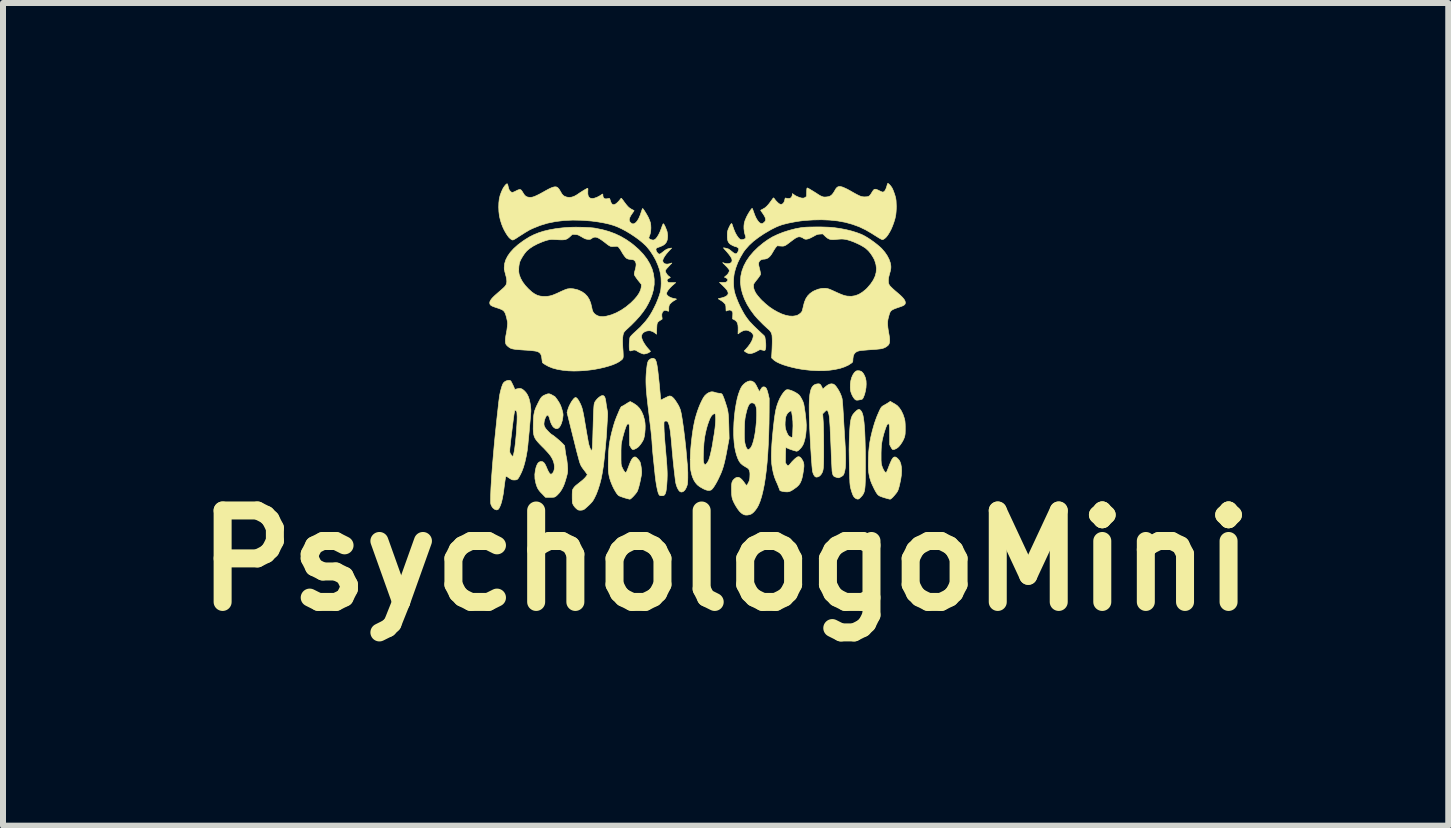
<source format=kicad_pcb>
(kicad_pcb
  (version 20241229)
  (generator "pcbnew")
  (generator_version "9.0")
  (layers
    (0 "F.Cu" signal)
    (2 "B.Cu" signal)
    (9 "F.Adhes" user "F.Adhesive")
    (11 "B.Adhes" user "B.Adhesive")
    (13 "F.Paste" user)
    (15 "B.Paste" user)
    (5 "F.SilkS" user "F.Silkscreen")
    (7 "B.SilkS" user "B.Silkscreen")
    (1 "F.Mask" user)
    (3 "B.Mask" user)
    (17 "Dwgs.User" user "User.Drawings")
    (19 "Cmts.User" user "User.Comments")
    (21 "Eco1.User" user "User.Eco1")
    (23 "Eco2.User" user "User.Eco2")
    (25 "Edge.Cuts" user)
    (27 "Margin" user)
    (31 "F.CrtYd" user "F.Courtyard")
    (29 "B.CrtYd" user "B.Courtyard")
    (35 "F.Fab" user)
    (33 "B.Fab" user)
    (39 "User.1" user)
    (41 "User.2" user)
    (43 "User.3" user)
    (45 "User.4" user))
  (footprint "PsychologoMini"
    (layer "F.Cu")
    (at 8.534 2.736)
    (property "Reference" "PsychologoMini" (at 0.508 3.556 0) (layer "F.SilkS") (effects (font (size 1.524 1.524) (thickness 0.3))))
    (attr exclude_from_pos_files exclude_from_bom)
    (fp_poly (pts (xy 2.741 0.394) (xy 2.763 0.401) (xy 2.767 0.402) (xy 2.789 0.42) (xy 2.809 0.447) (xy 2.827 0.483) (xy 2.84 0.517) (xy 2.849 0.562) (xy 2.851 0.615) (xy 2.848 0.673) (xy 2.838 0.731) (xy 2.824 0.787) (xy 2.804 0.837) (xy 2.8 0.845) (xy 2.792 0.859) (xy 2.782 0.867) (xy 2.766 0.872) (xy 2.752 0.875) (xy 2.72 0.881) (xy 2.697 0.883) (xy 2.68 0.88) (xy 2.666 0.871) (xy 2.652 0.857) (xy 2.652 0.856) (xy 2.638 0.837) (xy 2.623 0.812) (xy 2.61 0.784) (xy 2.609 0.782) (xy 2.599 0.755) (xy 2.592 0.731) (xy 2.588 0.705) (xy 2.586 0.672) (xy 2.586 0.67) (xy 2.587 0.613) (xy 2.595 0.557) (xy 2.609 0.506) (xy 2.629 0.461) (xy 2.653 0.424) (xy 2.663 0.414) (xy 2.68 0.4) (xy 2.696 0.393) (xy 2.716 0.392) (xy 2.741 0.394)) (stroke (width 0.01) (type solid)) (fill yes) (layer "F.SilkS"))
    (fp_poly (pts (xy 2.75 1.045) (xy 2.767 1.064) (xy 2.779 1.083) (xy 2.789 1.108) (xy 2.799 1.144) (xy 2.807 1.192) (xy 2.815 1.252) (xy 2.821 1.324) (xy 2.827 1.408) (xy 2.831 1.504) (xy 2.834 1.612) (xy 2.837 1.733) (xy 2.838 1.866) (xy 2.838 1.984) (xy 2.838 2.069) (xy 2.838 2.143) (xy 2.837 2.205) (xy 2.835 2.259) (xy 2.833 2.304) (xy 2.83 2.341) (xy 2.826 2.372) (xy 2.821 2.398) (xy 2.814 2.42) (xy 2.806 2.439) (xy 2.796 2.456) (xy 2.785 2.472) (xy 2.771 2.488) (xy 2.763 2.497) (xy 2.742 2.518) (xy 2.726 2.529) (xy 2.71 2.532) (xy 2.693 2.528) (xy 2.678 2.521) (xy 2.662 2.509) (xy 2.647 2.494) (xy 2.634 2.473) (xy 2.622 2.445) (xy 2.609 2.407) (xy 2.595 2.359) (xy 2.594 2.354) (xy 2.59 2.34) (xy 2.587 2.327) (xy 2.585 2.312) (xy 2.583 2.296) (xy 2.581 2.276) (xy 2.579 2.251) (xy 2.578 2.22) (xy 2.576 2.182) (xy 2.575 2.135) (xy 2.573 2.079) (xy 2.571 2.011) (xy 2.571 1.993) (xy 2.569 1.908) (xy 2.568 1.834) (xy 2.567 1.768) (xy 2.566 1.709) (xy 2.567 1.654) (xy 2.568 1.602) (xy 2.569 1.55) (xy 2.571 1.506) (xy 2.574 1.429) (xy 2.578 1.363) (xy 2.582 1.308) (xy 2.587 1.261) (xy 2.593 1.223) (xy 2.6 1.19) (xy 2.609 1.163) (xy 2.62 1.139) (xy 2.633 1.118) (xy 2.649 1.099) (xy 2.667 1.079) (xy 2.668 1.079) (xy 2.694 1.054) (xy 2.716 1.04) (xy 2.734 1.037) (xy 2.75 1.045)) (stroke (width 0.01) (type solid)) (fill yes) (layer "F.SilkS"))
    (fp_poly (pts (xy 0.301 0.745) (xy 0.325 0.751) (xy 0.331 0.753) (xy 0.353 0.76) (xy 0.38 0.765) (xy 0.4 0.768) (xy 0.423 0.77) (xy 0.437 0.774) (xy 0.447 0.782) (xy 0.455 0.792) (xy 0.461 0.804) (xy 0.47 0.827) (xy 0.482 0.856) (xy 0.494 0.891) (xy 0.507 0.929) (xy 0.519 0.967) (xy 0.53 1.002) (xy 0.538 1.034) (xy 0.545 1.065) (xy 0.55 1.098) (xy 0.554 1.135) (xy 0.557 1.176) (xy 0.559 1.225) (xy 0.561 1.282) (xy 0.563 1.35) (xy 0.563 1.353) (xy 0.567 1.521) (xy 0.54 1.667) (xy 0.525 1.749) (xy 0.511 1.82) (xy 0.498 1.881) (xy 0.485 1.935) (xy 0.472 1.984) (xy 0.458 2.028) (xy 0.443 2.071) (xy 0.426 2.112) (xy 0.406 2.155) (xy 0.391 2.188) (xy 0.364 2.241) (xy 0.338 2.287) (xy 0.314 2.325) (xy 0.293 2.354) (xy 0.275 2.373) (xy 0.267 2.379) (xy 0.242 2.387) (xy 0.215 2.387) (xy 0.182 2.379) (xy 0.142 2.362) (xy 0.129 2.355) (xy 0.078 2.326) (xy 0.037 2.294) (xy 0.005 2.257) (xy -0.022 2.213) (xy -0.045 2.16) (xy -0.045 2.159) (xy -0.055 2.127) (xy -0.064 2.09) (xy -0.072 2.053) (xy -0.074 2.042) (xy -0.079 1.996) (xy -0.081 1.939) (xy -0.081 1.873) (xy -0.08 1.833) (xy 0.136 1.833) (xy 0.136 1.869) (xy 0.138 1.896) (xy 0.141 1.917) (xy 0.145 1.932) (xy 0.152 1.944) (xy 0.157 1.951) (xy 0.165 1.958) (xy 0.171 1.957) (xy 0.182 1.949) (xy 0.185 1.946) (xy 0.197 1.931) (xy 0.212 1.91) (xy 0.221 1.893) (xy 0.23 1.872) (xy 0.24 1.841) (xy 0.251 1.801) (xy 0.262 1.755) (xy 0.273 1.705) (xy 0.284 1.653) (xy 0.293 1.601) (xy 0.295 1.585) (xy 0.3 1.553) (xy 0.306 1.515) (xy 0.313 1.476) (xy 0.317 1.454) (xy 0.325 1.4) (xy 0.332 1.347) (xy 0.337 1.295) (xy 0.341 1.246) (xy 0.343 1.202) (xy 0.342 1.165) (xy 0.34 1.136) (xy 0.336 1.117) (xy 0.333 1.111) (xy 0.321 1.108) (xy 0.306 1.114) (xy 0.288 1.127) (xy 0.271 1.147) (xy 0.266 1.154) (xy 0.246 1.191) (xy 0.227 1.239) (xy 0.207 1.296) (xy 0.189 1.359) (xy 0.173 1.428) (xy 0.159 1.5) (xy 0.159 1.502) (xy 0.153 1.545) (xy 0.147 1.599) (xy 0.143 1.662) (xy 0.139 1.732) (xy 0.137 1.788) (xy 0.136 1.833) (xy -0.08 1.833) (xy -0.079 1.8) (xy -0.075 1.723) (xy -0.068 1.642) (xy -0.06 1.56) (xy -0.05 1.478) (xy -0.039 1.399) (xy -0.027 1.324) (xy -0.013 1.255) (xy 0.000115 1.197) (xy 0.019 1.13) (xy 0.04 1.064) (xy 0.063 1.001) (xy 0.087 0.943) (xy 0.112 0.891) (xy 0.135 0.847) (xy 0.158 0.813) (xy 0.166 0.804) (xy 0.194 0.778) (xy 0.226 0.758) (xy 0.259 0.746) (xy 0.28 0.743) (xy 0.301 0.745)) (stroke (width 0.01) (type solid)) (fill yes) (layer "F.SilkS"))
    (fp_poly (pts (xy 2.077 0.614) (xy 2.092 0.627) (xy 2.105 0.65) (xy 2.109 0.658) (xy 2.129 0.699) (xy 2.164 0.666) (xy 2.203 0.635) (xy 2.239 0.616) (xy 2.272 0.61) (xy 2.303 0.615) (xy 2.312 0.619) (xy 2.331 0.634) (xy 2.352 0.658) (xy 2.374 0.69) (xy 2.396 0.726) (xy 2.416 0.765) (xy 2.433 0.805) (xy 2.445 0.842) (xy 2.448 0.851) (xy 2.451 0.868) (xy 2.454 0.898) (xy 2.458 0.94) (xy 2.462 0.993) (xy 2.466 1.058) (xy 2.471 1.133) (xy 2.476 1.219) (xy 2.476 1.229) (xy 2.48 1.297) (xy 2.484 1.364) (xy 2.488 1.429) (xy 2.491 1.49) (xy 2.495 1.545) (xy 2.498 1.593) (xy 2.5 1.632) (xy 2.502 1.66) (xy 2.502 1.664) (xy 2.505 1.72) (xy 2.507 1.778) (xy 2.508 1.836) (xy 2.508 1.892) (xy 2.507 1.943) (xy 2.505 1.986) (xy 2.502 2.019) (xy 2.501 2.023) (xy 2.496 2.052) (xy 2.489 2.082) (xy 2.482 2.105) (xy 2.474 2.124) (xy 2.465 2.137) (xy 2.45 2.148) (xy 2.433 2.158) (xy 2.412 2.169) (xy 2.398 2.175) (xy 2.387 2.176) (xy 2.373 2.174) (xy 2.354 2.168) (xy 2.328 2.159) (xy 2.309 2.147) (xy 2.297 2.128) (xy 2.289 2.101) (xy 2.283 2.067) (xy 2.282 2.054) (xy 2.281 2.03) (xy 2.279 1.996) (xy 2.277 1.954) (xy 2.274 1.905) (xy 2.272 1.849) (xy 2.269 1.79) (xy 2.267 1.73) (xy 2.263 1.63) (xy 2.259 1.542) (xy 2.255 1.464) (xy 2.252 1.397) (xy 2.25 1.339) (xy 2.247 1.29) (xy 2.244 1.249) (xy 2.242 1.215) (xy 2.24 1.187) (xy 2.237 1.164) (xy 2.235 1.146) (xy 2.232 1.132) (xy 2.231 1.124) (xy 2.221 1.088) (xy 2.211 1.064) (xy 2.201 1.05) (xy 2.195 1.048) (xy 2.187 1.052) (xy 2.173 1.063) (xy 2.157 1.079) (xy 2.126 1.11) (xy 2.135 1.242) (xy 2.137 1.285) (xy 2.139 1.338) (xy 2.14 1.401) (xy 2.142 1.472) (xy 2.142 1.549) (xy 2.143 1.63) (xy 2.143 1.686) (xy 2.143 1.764) (xy 2.143 1.831) (xy 2.142 1.887) (xy 2.141 1.934) (xy 2.139 1.973) (xy 2.137 2.005) (xy 2.134 2.031) (xy 2.13 2.053) (xy 2.125 2.071) (xy 2.119 2.086) (xy 2.111 2.101) (xy 2.103 2.115) (xy 2.099 2.12) (xy 2.078 2.144) (xy 2.053 2.159) (xy 2.027 2.165) (xy 2.009 2.162) (xy 1.993 2.15) (xy 1.978 2.128) (xy 1.965 2.098) (xy 1.956 2.064) (xy 1.954 2.046) (xy 1.951 2.017) (xy 1.947 1.978) (xy 1.944 1.93) (xy 1.939 1.874) (xy 1.935 1.812) (xy 1.931 1.744) (xy 1.926 1.673) (xy 1.922 1.599) (xy 1.918 1.524) (xy 1.915 1.46) (xy 1.909 1.339) (xy 1.905 1.229) (xy 1.902 1.13) (xy 1.901 1.043) (xy 1.901 0.965) (xy 1.903 0.897) (xy 1.907 0.838) (xy 1.912 0.788) (xy 1.92 0.745) (xy 1.929 0.71) (xy 1.941 0.68) (xy 1.955 0.657) (xy 1.971 0.639) (xy 1.99 0.626) (xy 2.011 0.617) (xy 2.034 0.612) (xy 2.059 0.61) (xy 2.077 0.614)) (stroke (width 0.01) (type solid)) (fill yes) (layer "F.SilkS"))
    (fp_poly (pts (xy 3.273 0.915) (xy 3.29 0.925) (xy 3.312 0.937) (xy 3.328 0.946) (xy 3.368 0.973) (xy 3.404 1.012) (xy 3.436 1.06) (xy 3.464 1.118) (xy 3.486 1.183) (xy 3.487 1.187) (xy 3.493 1.21) (xy 3.497 1.232) (xy 3.499 1.255) (xy 3.501 1.284) (xy 3.502 1.32) (xy 3.502 1.349) (xy 3.502 1.39) (xy 3.501 1.421) (xy 3.5 1.445) (xy 3.497 1.464) (xy 3.494 1.481) (xy 3.488 1.5) (xy 3.487 1.505) (xy 3.471 1.543) (xy 3.449 1.583) (xy 3.423 1.622) (xy 3.397 1.654) (xy 3.386 1.665) (xy 3.364 1.682) (xy 3.34 1.695) (xy 3.317 1.704) (xy 3.298 1.706) (xy 3.29 1.704) (xy 3.282 1.695) (xy 3.271 1.679) (xy 3.262 1.662) (xy 3.243 1.626) (xy 3.242 1.462) (xy 3.242 1.408) (xy 3.241 1.366) (xy 3.24 1.334) (xy 3.238 1.31) (xy 3.235 1.294) (xy 3.231 1.284) (xy 3.226 1.279) (xy 3.219 1.277) (xy 3.216 1.276) (xy 3.206 1.282) (xy 3.195 1.3) (xy 3.182 1.33) (xy 3.168 1.369) (xy 3.152 1.419) (xy 3.146 1.438) (xy 3.131 1.495) (xy 3.119 1.546) (xy 3.11 1.596) (xy 3.104 1.645) (xy 3.101 1.699) (xy 3.099 1.761) (xy 3.099 1.802) (xy 3.099 1.848) (xy 3.099 1.884) (xy 3.101 1.912) (xy 3.102 1.933) (xy 3.105 1.951) (xy 3.109 1.966) (xy 3.112 1.976) (xy 3.124 2.011) (xy 3.139 2.042) (xy 3.153 2.066) (xy 3.167 2.082) (xy 3.179 2.088) (xy 3.188 2.085) (xy 3.192 2.077) (xy 3.2 2.06) (xy 3.21 2.035) (xy 3.222 2.007) (xy 3.222 2.005) (xy 3.242 1.953) (xy 3.26 1.912) (xy 3.274 1.88) (xy 3.288 1.858) (xy 3.3 1.842) (xy 3.313 1.833) (xy 3.326 1.829) (xy 3.333 1.829) (xy 3.347 1.834) (xy 3.365 1.846) (xy 3.384 1.864) (xy 3.401 1.885) (xy 3.411 1.9) (xy 3.428 1.945) (xy 3.438 2) (xy 3.441 2.062) (xy 3.437 2.132) (xy 3.426 2.207) (xy 3.422 2.224) (xy 3.411 2.277) (xy 3.401 2.319) (xy 3.392 2.352) (xy 3.383 2.379) (xy 3.373 2.401) (xy 3.361 2.42) (xy 3.348 2.437) (xy 3.319 2.472) (xy 3.293 2.501) (xy 3.271 2.521) (xy 3.255 2.532) (xy 3.248 2.533) (xy 3.237 2.531) (xy 3.217 2.526) (xy 3.191 2.519) (xy 3.163 2.511) (xy 3.125 2.499) (xy 3.097 2.489) (xy 3.076 2.48) (xy 3.061 2.471) (xy 3.048 2.461) (xy 3.037 2.448) (xy 3.036 2.447) (xy 3.021 2.426) (xy 3.003 2.395) (xy 2.984 2.359) (xy 2.965 2.319) (xy 2.946 2.279) (xy 2.931 2.242) (xy 2.922 2.216) (xy 2.909 2.172) (xy 2.9 2.13) (xy 2.893 2.087) (xy 2.889 2.04) (xy 2.887 1.986) (xy 2.887 1.94) (xy 2.889 1.839) (xy 2.893 1.747) (xy 2.901 1.662) (xy 2.912 1.58) (xy 2.928 1.498) (xy 2.948 1.414) (xy 2.95 1.405) (xy 2.971 1.329) (xy 2.991 1.262) (xy 3.012 1.202) (xy 3.034 1.144) (xy 3.052 1.103) (xy 3.069 1.064) (xy 3.083 1.035) (xy 3.095 1.013) (xy 3.106 0.998) (xy 3.118 0.986) (xy 3.133 0.976) (xy 3.147 0.968) (xy 3.174 0.953) (xy 3.202 0.936) (xy 3.22 0.925) (xy 3.254 0.902) (xy 3.273 0.915)) (stroke (width 0.01) (type solid)) (fill yes) (layer "F.SilkS"))
    (fp_poly (pts (xy -2.409 0.784) (xy -2.385 0.796) (xy -2.365 0.808) (xy -2.35 0.816) (xy -2.343 0.819) (xy -2.343 0.819) (xy -2.337 0.824) (xy -2.326 0.837) (xy -2.312 0.856) (xy -2.298 0.874) (xy -2.267 0.922) (xy -2.242 0.97) (xy -2.223 1.024) (xy -2.211 1.066) (xy -2.204 1.095) (xy -2.201 1.117) (xy -2.201 1.138) (xy -2.204 1.164) (xy -2.204 1.167) (xy -2.214 1.223) (xy -2.228 1.27) (xy -2.245 1.308) (xy -2.264 1.336) (xy -2.285 1.353) (xy -2.308 1.358) (xy -2.332 1.352) (xy -2.354 1.338) (xy -2.372 1.319) (xy -2.388 1.293) (xy -2.404 1.259) (xy -2.419 1.214) (xy -2.428 1.18) (xy -2.439 1.152) (xy -2.45 1.136) (xy -2.462 1.133) (xy -2.476 1.142) (xy -2.49 1.164) (xy -2.492 1.168) (xy -2.505 1.2) (xy -2.515 1.237) (xy -2.519 1.271) (xy -2.518 1.297) (xy -2.512 1.317) (xy -2.5 1.34) (xy -2.493 1.352) (xy -2.479 1.369) (xy -2.461 1.389) (xy -2.441 1.41) (xy -2.421 1.43) (xy -2.403 1.446) (xy -2.389 1.457) (xy -2.382 1.46) (xy -2.374 1.465) (xy -2.359 1.475) (xy -2.338 1.492) (xy -2.313 1.512) (xy -2.287 1.534) (xy -2.261 1.556) (xy -2.237 1.578) (xy -2.217 1.597) (xy -2.206 1.608) (xy -2.174 1.643) (xy -2.167 1.706) (xy -2.162 1.742) (xy -2.156 1.782) (xy -2.149 1.819) (xy -2.147 1.827) (xy -2.138 1.875) (xy -2.132 1.925) (xy -2.127 1.975) (xy -2.124 2.022) (xy -2.124 2.063) (xy -2.127 2.091) (xy -2.133 2.122) (xy -2.143 2.16) (xy -2.155 2.202) (xy -2.168 2.244) (xy -2.181 2.282) (xy -2.193 2.312) (xy -2.193 2.313) (xy -2.224 2.373) (xy -2.26 2.425) (xy -2.3 2.467) (xy -2.32 2.484) (xy -2.331 2.491) (xy -2.342 2.497) (xy -2.354 2.5) (xy -2.371 2.501) (xy -2.396 2.502) (xy -2.419 2.502) (xy -2.493 2.502) (xy -2.551 2.442) (xy -2.582 2.41) (xy -2.604 2.382) (xy -2.622 2.354) (xy -2.636 2.323) (xy -2.649 2.284) (xy -2.654 2.267) (xy -2.669 2.193) (xy -2.671 2.119) (xy -2.662 2.051) (xy -2.65 2) (xy -2.635 1.961) (xy -2.619 1.933) (xy -2.6 1.915) (xy -2.577 1.906) (xy -2.564 1.905) (xy -2.544 1.908) (xy -2.526 1.918) (xy -2.509 1.937) (xy -2.493 1.965) (xy -2.475 2.004) (xy -2.471 2.015) (xy -2.452 2.058) (xy -2.434 2.09) (xy -2.419 2.109) (xy -2.404 2.117) (xy -2.394 2.115) (xy -2.372 2.096) (xy -2.356 2.068) (xy -2.347 2.033) (xy -2.344 1.992) (xy -2.349 1.948) (xy -2.358 1.912) (xy -2.371 1.878) (xy -2.388 1.844) (xy -2.41 1.809) (xy -2.44 1.771) (xy -2.477 1.73) (xy -2.522 1.682) (xy -2.544 1.661) (xy -2.587 1.617) (xy -2.621 1.58) (xy -2.648 1.547) (xy -2.668 1.516) (xy -2.682 1.484) (xy -2.691 1.449) (xy -2.696 1.409) (xy -2.698 1.362) (xy -2.697 1.305) (xy -2.697 1.28) (xy -2.695 1.22) (xy -2.692 1.17) (xy -2.688 1.129) (xy -2.681 1.092) (xy -2.673 1.058) (xy -2.661 1.025) (xy -2.646 0.989) (xy -2.632 0.961) (xy -2.61 0.916) (xy -2.592 0.882) (xy -2.577 0.855) (xy -2.562 0.836) (xy -2.548 0.821) (xy -2.532 0.81) (xy -2.513 0.8) (xy -2.511 0.799) (xy -2.478 0.785) (xy -2.452 0.777) (xy -2.43 0.777) (xy -2.409 0.784)) (stroke (width 0.01) (type solid)) (fill yes) (layer "F.SilkS"))
    (fp_poly (pts (xy 1.572 0.712) (xy 1.603 0.722) (xy 1.637 0.736) (xy 1.672 0.754) (xy 1.703 0.773) (xy 1.727 0.792) (xy 1.736 0.8) (xy 1.756 0.828) (xy 1.776 0.863) (xy 1.794 0.899) (xy 1.806 0.932) (xy 1.809 0.941) (xy 1.814 0.965) (xy 1.82 1) (xy 1.826 1.041) (xy 1.833 1.087) (xy 1.839 1.134) (xy 1.844 1.181) (xy 1.848 1.219) (xy 1.853 1.298) (xy 1.851 1.377) (xy 1.844 1.454) (xy 1.831 1.526) (xy 1.813 1.59) (xy 1.805 1.611) (xy 1.792 1.638) (xy 1.774 1.665) (xy 1.753 1.69) (xy 1.732 1.711) (xy 1.712 1.727) (xy 1.695 1.733) (xy 1.693 1.734) (xy 1.679 1.731) (xy 1.657 1.725) (xy 1.63 1.717) (xy 1.6 1.707) (xy 1.572 1.697) (xy 1.549 1.687) (xy 1.533 1.68) (xy 1.532 1.679) (xy 1.52 1.673) (xy 1.512 1.673) (xy 1.511 1.681) (xy 1.51 1.699) (xy 1.508 1.725) (xy 1.507 1.759) (xy 1.506 1.797) (xy 1.506 1.801) (xy 1.504 1.925) (xy 1.521 1.95) (xy 1.534 1.967) (xy 1.546 1.974) (xy 1.56 1.97) (xy 1.576 1.955) (xy 1.59 1.938) (xy 1.612 1.911) (xy 1.638 1.884) (xy 1.664 1.859) (xy 1.688 1.84) (xy 1.704 1.829) (xy 1.725 1.824) (xy 1.746 1.83) (xy 1.766 1.849) (xy 1.776 1.863) (xy 1.791 1.887) (xy 1.802 1.91) (xy 1.809 1.933) (xy 1.813 1.959) (xy 1.813 1.99) (xy 1.809 2.028) (xy 1.802 2.075) (xy 1.794 2.124) (xy 1.782 2.181) (xy 1.767 2.227) (xy 1.75 2.264) (xy 1.729 2.295) (xy 1.702 2.322) (xy 1.688 2.334) (xy 1.65 2.361) (xy 1.619 2.382) (xy 1.594 2.396) (xy 1.571 2.405) (xy 1.549 2.41) (xy 1.531 2.411) (xy 1.492 2.409) (xy 1.454 2.402) (xy 1.452 2.402) (xy 1.415 2.391) (xy 1.394 2.337) (xy 1.382 2.306) (xy 1.367 2.27) (xy 1.351 2.235) (xy 1.344 2.219) (xy 1.322 2.162) (xy 1.303 2.095) (xy 1.288 2.022) (xy 1.277 1.947) (xy 1.272 1.871) (xy 1.271 1.821) (xy 1.272 1.761) (xy 1.275 1.693) (xy 1.279 1.618) (xy 1.285 1.54) (xy 1.292 1.459) (xy 1.3 1.378) (xy 1.308 1.299) (xy 1.309 1.295) (xy 1.499 1.295) (xy 1.502 1.334) (xy 1.509 1.369) (xy 1.521 1.405) (xy 1.533 1.432) (xy 1.546 1.458) (xy 1.557 1.474) (xy 1.569 1.486) (xy 1.579 1.491) (xy 1.599 1.501) (xy 1.611 1.504) (xy 1.618 1.499) (xy 1.622 1.487) (xy 1.623 1.475) (xy 1.625 1.453) (xy 1.627 1.423) (xy 1.628 1.388) (xy 1.629 1.362) (xy 1.631 1.313) (xy 1.63 1.272) (xy 1.629 1.234) (xy 1.625 1.195) (xy 1.621 1.16) (xy 1.616 1.127) (xy 1.612 1.099) (xy 1.608 1.077) (xy 1.605 1.064) (xy 1.604 1.062) (xy 1.596 1.062) (xy 1.582 1.068) (xy 1.565 1.079) (xy 1.549 1.092) (xy 1.54 1.102) (xy 1.524 1.128) (xy 1.512 1.157) (xy 1.505 1.193) (xy 1.501 1.237) (xy 1.5 1.248) (xy 1.499 1.295) (xy 1.309 1.295) (xy 1.317 1.224) (xy 1.326 1.156) (xy 1.336 1.095) (xy 1.345 1.045) (xy 1.346 1.041) (xy 1.363 0.977) (xy 1.385 0.914) (xy 1.411 0.855) (xy 1.44 0.803) (xy 1.47 0.759) (xy 1.483 0.744) (xy 1.501 0.725) (xy 1.513 0.715) (xy 1.525 0.71) (xy 1.538 0.708) (xy 1.547 0.708) (xy 1.572 0.712)) (stroke (width 0.01) (type solid)) (fill yes) (layer "F.SilkS"))
    (fp_poly (pts (xy -3.078 0.558) (xy -3.075 0.56) (xy -3.067 0.57) (xy -3.056 0.591) (xy -3.042 0.619) (xy -3.026 0.652) (xy -3.014 0.681) (xy -3.005 0.704) (xy -2.967 0.694) (xy -2.933 0.687) (xy -2.904 0.689) (xy -2.878 0.701) (xy -2.852 0.721) (xy -2.821 0.753) (xy -2.797 0.789) (xy -2.777 0.83) (xy -2.761 0.88) (xy -2.749 0.939) (xy -2.747 0.953) (xy -2.742 0.985) (xy -2.739 1.018) (xy -2.737 1.047) (xy -2.737 1.054) (xy -2.737 1.071) (xy -2.739 1.098) (xy -2.742 1.135) (xy -2.746 1.18) (xy -2.75 1.231) (xy -2.755 1.286) (xy -2.76 1.344) (xy -2.765 1.404) (xy -2.771 1.463) (xy -2.776 1.52) (xy -2.782 1.574) (xy -2.786 1.622) (xy -2.791 1.664) (xy -2.795 1.697) (xy -2.797 1.718) (xy -2.815 1.82) (xy -2.836 1.914) (xy -2.86 1.999) (xy -2.888 2.073) (xy -2.906 2.111) (xy -2.925 2.148) (xy -2.94 2.174) (xy -2.953 2.193) (xy -2.966 2.204) (xy -2.98 2.21) (xy -2.997 2.212) (xy -3.012 2.213) (xy -3.032 2.212) (xy -3.048 2.21) (xy -3.063 2.203) (xy -3.082 2.192) (xy -3.096 2.183) (xy -3.117 2.169) (xy -3.134 2.158) (xy -3.146 2.153) (xy -3.147 2.153) (xy -3.152 2.155) (xy -3.156 2.163) (xy -3.16 2.178) (xy -3.164 2.201) (xy -3.169 2.233) (xy -3.175 2.275) (xy -3.182 2.328) (xy -3.185 2.352) (xy -3.196 2.438) (xy -3.21 2.512) (xy -3.224 2.575) (xy -3.241 2.628) (xy -3.26 2.671) (xy -3.271 2.69) (xy -3.287 2.707) (xy -3.308 2.712) (xy -3.333 2.705) (xy -3.344 2.699) (xy -3.372 2.676) (xy -3.393 2.644) (xy -3.404 2.616) (xy -3.407 2.597) (xy -3.408 2.566) (xy -3.408 2.524) (xy -3.407 2.472) (xy -3.405 2.41) (xy -3.402 2.339) (xy -3.397 2.26) (xy -3.392 2.174) (xy -3.385 2.081) (xy -3.378 1.982) (xy -3.369 1.878) (xy -3.36 1.77) (xy -3.357 1.738) (xy -3.089 1.738) (xy -3.086 1.757) (xy -3.079 1.774) (xy -3.067 1.791) (xy -3.056 1.804) (xy -3.039 1.824) (xy -3.031 1.805) (xy -3.026 1.79) (xy -3.021 1.767) (xy -3.015 1.74) (xy -3.014 1.733) (xy -3.007 1.694) (xy -3.001 1.645) (xy -2.994 1.588) (xy -2.988 1.527) (xy -2.982 1.462) (xy -2.977 1.397) (xy -2.973 1.333) (xy -2.969 1.274) (xy -2.967 1.221) (xy -2.966 1.176) (xy -2.966 1.152) (xy -2.968 1.119) (xy -2.969 1.096) (xy -2.971 1.08) (xy -2.975 1.07) (xy -2.98 1.062) (xy -2.983 1.059) (xy -2.995 1.05) (xy -3.003 1.051) (xy -3.006 1.06) (xy -3.01 1.078) (xy -3.015 1.103) (xy -3.019 1.127) (xy -3.023 1.159) (xy -3.029 1.2) (xy -3.035 1.248) (xy -3.042 1.302) (xy -3.049 1.36) (xy -3.056 1.419) (xy -3.063 1.477) (xy -3.07 1.532) (xy -3.075 1.582) (xy -3.08 1.626) (xy -3.084 1.66) (xy -3.086 1.679) (xy -3.089 1.713) (xy -3.089 1.738) (xy -3.357 1.738) (xy -3.35 1.658) (xy -3.343 1.581) (xy -3.336 1.508) (xy -3.328 1.432) (xy -3.32 1.353) (xy -3.312 1.275) (xy -3.304 1.198) (xy -3.296 1.123) (xy -3.288 1.053) (xy -3.281 0.989) (xy -3.275 0.933) (xy -3.269 0.885) (xy -3.264 0.849) (xy -3.264 0.842) (xy -3.256 0.793) (xy -3.246 0.745) (xy -3.234 0.7) (xy -3.222 0.659) (xy -3.21 0.625) (xy -3.198 0.601) (xy -3.193 0.594) (xy -3.174 0.576) (xy -3.149 0.562) (xy -3.122 0.554) (xy -3.098 0.552) (xy -3.078 0.558)) (stroke (width 0.01) (type solid)) (fill yes) (layer "F.SilkS"))
    (fp_poly (pts (xy -1.524 0.81) (xy -1.512 0.821) (xy -1.502 0.841) (xy -1.494 0.87) (xy -1.487 0.91) (xy -1.483 0.941) (xy -1.478 0.975) (xy -1.472 1.009) (xy -1.467 1.038) (xy -1.464 1.056) (xy -1.46 1.076) (xy -1.458 1.098) (xy -1.458 1.125) (xy -1.459 1.161) (xy -1.461 1.184) (xy -1.463 1.221) (xy -1.466 1.266) (xy -1.469 1.316) (xy -1.472 1.365) (xy -1.473 1.397) (xy -1.477 1.448) (xy -1.481 1.509) (xy -1.487 1.577) (xy -1.493 1.65) (xy -1.501 1.725) (xy -1.508 1.799) (xy -1.516 1.87) (xy -1.523 1.936) (xy -1.53 1.993) (xy -1.531 1.994) (xy -1.547 2.096) (xy -1.566 2.194) (xy -1.59 2.286) (xy -1.617 2.371) (xy -1.646 2.448) (xy -1.678 2.515) (xy -1.705 2.562) (xy -1.72 2.58) (xy -1.741 2.604) (xy -1.767 2.63) (xy -1.794 2.655) (xy -1.82 2.678) (xy -1.842 2.697) (xy -1.859 2.707) (xy -1.88 2.714) (xy -1.906 2.717) (xy -1.932 2.716) (xy -1.952 2.711) (xy -1.953 2.71) (xy -1.975 2.694) (xy -1.999 2.671) (xy -2.02 2.644) (xy -2.031 2.626) (xy -2.037 2.613) (xy -2.042 2.602) (xy -2.045 2.59) (xy -2.047 2.573) (xy -2.047 2.551) (xy -2.048 2.52) (xy -2.048 2.489) (xy -2.048 2.45) (xy -2.047 2.422) (xy -2.046 2.401) (xy -2.044 2.387) (xy -2.041 2.375) (xy -2.036 2.365) (xy -2.03 2.355) (xy -2.014 2.332) (xy -1.994 2.311) (xy -1.986 2.304) (xy -1.97 2.291) (xy -1.947 2.273) (xy -1.921 2.252) (xy -1.897 2.233) (xy -1.867 2.208) (xy -1.841 2.183) (xy -1.82 2.159) (xy -1.805 2.139) (xy -1.797 2.124) (xy -1.797 2.121) (xy -1.801 2.115) (xy -1.811 2.101) (xy -1.825 2.081) (xy -1.841 2.06) (xy -1.867 2.026) (xy -1.886 1.999) (xy -1.9 1.976) (xy -1.911 1.953) (xy -1.92 1.929) (xy -1.92 1.929) (xy -1.926 1.91) (xy -1.934 1.883) (xy -1.943 1.848) (xy -1.955 1.804) (xy -1.969 1.752) (xy -1.985 1.689) (xy -2.003 1.616) (xy -2.024 1.532) (xy -2.048 1.436) (xy -2.057 1.4) (xy -2.134 1.089) (xy -2.124 1.051) (xy -2.113 1.017) (xy -2.099 0.981) (xy -2.081 0.946) (xy -2.062 0.912) (xy -2.042 0.883) (xy -2.023 0.859) (xy -2.006 0.844) (xy -1.993 0.838) (xy -1.977 0.844) (xy -1.958 0.863) (xy -1.938 0.894) (xy -1.92 0.928) (xy -1.909 0.95) (xy -1.9 0.972) (xy -1.891 0.995) (xy -1.883 1.019) (xy -1.876 1.047) (xy -1.868 1.081) (xy -1.86 1.12) (xy -1.851 1.168) (xy -1.841 1.226) (xy -1.83 1.294) (xy -1.828 1.302) (xy -1.819 1.357) (xy -1.81 1.411) (xy -1.801 1.462) (xy -1.793 1.507) (xy -1.786 1.546) (xy -1.781 1.575) (xy -1.778 1.591) (xy -1.77 1.626) (xy -1.76 1.657) (xy -1.75 1.685) (xy -1.74 1.705) (xy -1.731 1.717) (xy -1.726 1.719) (xy -1.722 1.717) (xy -1.719 1.711) (xy -1.717 1.701) (xy -1.714 1.685) (xy -1.712 1.663) (xy -1.711 1.634) (xy -1.709 1.596) (xy -1.707 1.549) (xy -1.705 1.492) (xy -1.703 1.422) (xy -1.703 1.413) (xy -1.7 1.324) (xy -1.698 1.247) (xy -1.696 1.181) (xy -1.694 1.125) (xy -1.692 1.078) (xy -1.69 1.039) (xy -1.688 1.007) (xy -1.686 0.981) (xy -1.684 0.96) (xy -1.681 0.944) (xy -1.677 0.931) (xy -1.673 0.92) (xy -1.669 0.911) (xy -1.663 0.902) (xy -1.657 0.893) (xy -1.653 0.888) (xy -1.636 0.867) (xy -1.615 0.846) (xy -1.592 0.828) (xy -1.571 0.814) (xy -1.558 0.809) (xy -1.54 0.806) (xy -1.524 0.81)) (stroke (width 0.01) (type solid)) (fill yes) (layer "F.SilkS"))
    (fp_poly (pts (xy -1.071 0.91) (xy -1.07 0.911) (xy -1.058 0.918) (xy -1.039 0.928) (xy -1.017 0.941) (xy -1.015 0.942) (xy -0.967 0.976) (xy -0.926 1.019) (xy -0.892 1.073) (xy -0.864 1.138) (xy -0.843 1.213) (xy -0.841 1.221) (xy -0.835 1.264) (xy -0.832 1.314) (xy -0.833 1.367) (xy -0.837 1.421) (xy -0.843 1.471) (xy -0.853 1.514) (xy -0.857 1.529) (xy -0.87 1.557) (xy -0.89 1.591) (xy -0.914 1.624) (xy -0.938 1.653) (xy -0.947 1.662) (xy -0.967 1.677) (xy -0.99 1.691) (xy -1.013 1.701) (xy -1.033 1.706) (xy -1.041 1.705) (xy -1.051 1.698) (xy -1.063 1.683) (xy -1.073 1.667) (xy -1.092 1.634) (xy -1.093 1.472) (xy -1.093 1.428) (xy -1.094 1.386) (xy -1.095 1.35) (xy -1.096 1.322) (xy -1.097 1.303) (xy -1.098 1.295) (xy -1.106 1.281) (xy -1.118 1.277) (xy -1.131 1.284) (xy -1.142 1.301) (xy -1.151 1.322) (xy -1.162 1.352) (xy -1.175 1.391) (xy -1.188 1.435) (xy -1.201 1.482) (xy -1.213 1.529) (xy -1.217 1.546) (xy -1.222 1.57) (xy -1.226 1.59) (xy -1.23 1.609) (xy -1.232 1.63) (xy -1.233 1.653) (xy -1.234 1.682) (xy -1.235 1.718) (xy -1.235 1.763) (xy -1.235 1.791) (xy -1.235 1.841) (xy -1.235 1.881) (xy -1.234 1.911) (xy -1.234 1.934) (xy -1.232 1.952) (xy -1.23 1.965) (xy -1.227 1.977) (xy -1.223 1.988) (xy -1.218 1.999) (xy -1.203 2.032) (xy -1.187 2.059) (xy -1.173 2.078) (xy -1.162 2.086) (xy -1.156 2.087) (xy -1.15 2.084) (xy -1.143 2.075) (xy -1.135 2.058) (xy -1.125 2.033) (xy -1.111 1.998) (xy -1.108 1.989) (xy -1.089 1.939) (xy -1.072 1.9) (xy -1.057 1.871) (xy -1.042 1.85) (xy -1.028 1.837) (xy -1.013 1.83) (xy -0.998 1.829) (xy -0.986 1.834) (xy -0.97 1.847) (xy -0.952 1.865) (xy -0.936 1.885) (xy -0.922 1.905) (xy -0.915 1.921) (xy -0.906 1.958) (xy -0.899 1.998) (xy -0.894 2.039) (xy -0.891 2.076) (xy -0.892 2.105) (xy -0.892 2.106) (xy -0.896 2.136) (xy -0.903 2.172) (xy -0.911 2.213) (xy -0.92 2.255) (xy -0.93 2.296) (xy -0.94 2.334) (xy -0.95 2.366) (xy -0.958 2.39) (xy -0.962 2.399) (xy -0.975 2.42) (xy -0.993 2.444) (xy -1.014 2.468) (xy -1.035 2.491) (xy -1.056 2.511) (xy -1.073 2.526) (xy -1.086 2.533) (xy -1.088 2.533) (xy -1.099 2.531) (xy -1.12 2.526) (xy -1.146 2.519) (xy -1.177 2.51) (xy -1.179 2.509) (xy -1.21 2.499) (xy -1.238 2.489) (xy -1.26 2.48) (xy -1.273 2.474) (xy -1.273 2.474) (xy -1.289 2.459) (xy -1.309 2.434) (xy -1.33 2.4) (xy -1.352 2.362) (xy -1.373 2.319) (xy -1.392 2.275) (xy -1.409 2.231) (xy -1.413 2.219) (xy -1.424 2.184) (xy -1.432 2.151) (xy -1.438 2.118) (xy -1.443 2.083) (xy -1.446 2.044) (xy -1.447 1.999) (xy -1.447 1.945) (xy -1.446 1.889) (xy -1.444 1.813) (xy -1.441 1.748) (xy -1.437 1.69) (xy -1.432 1.637) (xy -1.425 1.587) (xy -1.416 1.538) (xy -1.405 1.486) (xy -1.392 1.43) (xy -1.388 1.414) (xy -1.373 1.359) (xy -1.361 1.313) (xy -1.349 1.274) (xy -1.338 1.239) (xy -1.325 1.204) (xy -1.311 1.167) (xy -1.293 1.124) (xy -1.281 1.096) (xy -1.264 1.055) (xy -1.25 1.025) (xy -1.239 1.004) (xy -1.23 0.992) (xy -1.222 0.985) (xy -1.217 0.984) (xy -1.209 0.981) (xy -1.193 0.972) (xy -1.171 0.959) (xy -1.146 0.943) (xy -1.119 0.926) (xy -1.1 0.915) (xy -1.087 0.909) (xy -1.078 0.907) (xy -1.071 0.91)) (stroke (width 0.01) (type solid)) (fill yes) (layer "F.SilkS"))
    (fp_poly (pts (xy 0.933 0.563) (xy 0.95 0.568) (xy 0.971 0.579) (xy 0.989 0.593) (xy 1.006 0.615) (xy 1.023 0.645) (xy 1.039 0.678) (xy 1.051 0.702) (xy 1.062 0.722) (xy 1.069 0.734) (xy 1.072 0.737) (xy 1.077 0.731) (xy 1.086 0.718) (xy 1.095 0.701) (xy 1.111 0.677) (xy 1.128 0.663) (xy 1.146 0.661) (xy 1.161 0.664) (xy 1.174 0.672) (xy 1.186 0.686) (xy 1.196 0.708) (xy 1.207 0.739) (xy 1.218 0.782) (xy 1.218 0.782) (xy 1.235 0.854) (xy 1.234 1.083) (xy 1.232 1.27) (xy 1.227 1.448) (xy 1.22 1.616) (xy 1.211 1.773) (xy 1.2 1.92) (xy 1.186 2.056) (xy 1.17 2.181) (xy 1.152 2.294) (xy 1.131 2.396) (xy 1.109 2.486) (xy 1.084 2.565) (xy 1.057 2.631) (xy 1.052 2.641) (xy 1.03 2.68) (xy 1.004 2.716) (xy 0.977 2.747) (xy 0.949 2.771) (xy 0.933 2.781) (xy 0.905 2.791) (xy 0.872 2.797) (xy 0.84 2.797) (xy 0.828 2.795) (xy 0.798 2.783) (xy 0.769 2.763) (xy 0.74 2.735) (xy 0.71 2.696) (xy 0.678 2.646) (xy 0.665 2.623) (xy 0.646 2.587) (xy 0.632 2.556) (xy 0.621 2.527) (xy 0.614 2.497) (xy 0.61 2.463) (xy 0.608 2.423) (xy 0.607 2.373) (xy 0.607 2.362) (xy 0.607 2.318) (xy 0.609 2.284) (xy 0.613 2.258) (xy 0.62 2.237) (xy 0.63 2.22) (xy 0.644 2.204) (xy 0.652 2.196) (xy 0.677 2.177) (xy 0.702 2.168) (xy 0.726 2.169) (xy 0.752 2.182) (xy 0.779 2.206) (xy 0.809 2.242) (xy 0.828 2.269) (xy 0.841 2.287) (xy 0.853 2.299) (xy 0.859 2.303) (xy 0.86 2.303) (xy 0.865 2.297) (xy 0.875 2.282) (xy 0.886 2.262) (xy 0.888 2.257) (xy 0.899 2.235) (xy 0.905 2.216) (xy 0.91 2.196) (xy 0.912 2.171) (xy 0.913 2.149) (xy 0.914 2.116) (xy 0.913 2.092) (xy 0.909 2.072) (xy 0.904 2.054) (xy 0.897 2.039) (xy 0.89 2.028) (xy 0.879 2.018) (xy 0.862 2.007) (xy 0.838 1.993) (xy 0.795 1.966) (xy 0.761 1.937) (xy 0.735 1.903) (xy 0.715 1.862) (xy 0.712 1.856) (xy 0.69 1.795) (xy 0.673 1.732) (xy 0.66 1.666) (xy 0.651 1.594) (xy 0.645 1.514) (xy 0.643 1.464) (xy 0.643 1.429) (xy 0.82 1.429) (xy 0.82 1.479) (xy 0.821 1.521) (xy 0.824 1.556) (xy 0.828 1.587) (xy 0.834 1.616) (xy 0.841 1.642) (xy 0.85 1.667) (xy 0.862 1.688) (xy 0.874 1.702) (xy 0.884 1.708) (xy 0.884 1.708) (xy 0.893 1.705) (xy 0.907 1.696) (xy 0.908 1.695) (xy 0.927 1.675) (xy 0.945 1.644) (xy 0.961 1.601) (xy 0.976 1.549) (xy 0.99 1.487) (xy 1.002 1.417) (xy 1.012 1.339) (xy 1.02 1.254) (xy 1.023 1.21) (xy 1.026 1.141) (xy 1.026 1.084) (xy 1.024 1.038) (xy 1.018 1.001) (xy 1.009 0.972) (xy 0.997 0.95) (xy 0.992 0.945) (xy 0.971 0.931) (xy 0.946 0.927) (xy 0.921 0.933) (xy 0.921 0.933) (xy 0.904 0.949) (xy 0.888 0.976) (xy 0.872 1.016) (xy 0.857 1.068) (xy 0.842 1.133) (xy 0.84 1.14) (xy 0.835 1.168) (xy 0.831 1.194) (xy 0.828 1.222) (xy 0.825 1.253) (xy 0.823 1.291) (xy 0.822 1.338) (xy 0.821 1.368) (xy 0.82 1.429) (xy 0.643 1.429) (xy 0.643 1.36) (xy 0.647 1.255) (xy 0.655 1.15) (xy 0.667 1.048) (xy 0.683 0.95) (xy 0.701 0.86) (xy 0.723 0.78) (xy 0.725 0.776) (xy 0.744 0.723) (xy 0.763 0.68) (xy 0.784 0.646) (xy 0.809 0.618) (xy 0.838 0.594) (xy 0.842 0.591) (xy 0.876 0.572) (xy 0.906 0.563) (xy 0.933 0.563)) (stroke (width 0.01) (type solid)) (fill yes) (layer "F.SilkS"))
    (fp_poly (pts (xy -0.694 0.186) (xy -0.673 0.197) (xy -0.663 0.207) (xy -0.656 0.222) (xy -0.648 0.242) (xy -0.641 0.27) (xy -0.634 0.306) (xy -0.627 0.35) (xy -0.62 0.403) (xy -0.613 0.466) (xy -0.605 0.541) (xy -0.596 0.626) (xy -0.591 0.686) (xy -0.587 0.729) (xy -0.583 0.769) (xy -0.58 0.804) (xy -0.577 0.832) (xy -0.575 0.851) (xy -0.574 0.855) (xy -0.571 0.881) (xy -0.505 0.847) (xy -0.477 0.834) (xy -0.453 0.822) (xy -0.435 0.815) (xy -0.425 0.813) (xy -0.402 0.817) (xy -0.378 0.832) (xy -0.353 0.857) (xy -0.326 0.893) (xy -0.324 0.896) (xy -0.297 0.938) (xy -0.276 0.973) (xy -0.261 1.005) (xy -0.249 1.035) (xy -0.246 1.045) (xy -0.239 1.07) (xy -0.231 1.106) (xy -0.223 1.152) (xy -0.214 1.207) (xy -0.205 1.269) (xy -0.195 1.336) (xy -0.186 1.407) (xy -0.177 1.481) (xy -0.168 1.557) (xy -0.16 1.632) (xy -0.152 1.706) (xy -0.146 1.776) (xy -0.143 1.81) (xy -0.141 1.833) (xy -0.138 1.865) (xy -0.135 1.903) (xy -0.131 1.943) (xy -0.129 1.961) (xy -0.122 2.088) (xy -0.122 2.174) (xy -0.123 2.215) (xy -0.125 2.247) (xy -0.127 2.27) (xy -0.13 2.29) (xy -0.135 2.307) (xy -0.141 2.324) (xy -0.142 2.327) (xy -0.159 2.363) (xy -0.179 2.39) (xy -0.201 2.407) (xy -0.223 2.414) (xy -0.245 2.41) (xy -0.264 2.396) (xy -0.281 2.372) (xy -0.298 2.339) (xy -0.312 2.301) (xy -0.321 2.268) (xy -0.325 2.246) (xy -0.33 2.212) (xy -0.335 2.169) (xy -0.341 2.118) (xy -0.348 2.06) (xy -0.355 1.997) (xy -0.362 1.931) (xy -0.369 1.863) (xy -0.375 1.794) (xy -0.382 1.726) (xy -0.384 1.699) (xy -0.39 1.627) (xy -0.396 1.567) (xy -0.4 1.517) (xy -0.405 1.475) (xy -0.409 1.44) (xy -0.412 1.409) (xy -0.416 1.383) (xy -0.42 1.359) (xy -0.423 1.34) (xy -0.431 1.305) (xy -0.441 1.274) (xy -0.451 1.251) (xy -0.462 1.236) (xy -0.464 1.235) (xy -0.477 1.231) (xy -0.495 1.231) (xy -0.51 1.235) (xy -0.515 1.239) (xy -0.518 1.25) (xy -0.519 1.273) (xy -0.519 1.307) (xy -0.518 1.351) (xy -0.516 1.404) (xy -0.512 1.466) (xy -0.507 1.535) (xy -0.501 1.611) (xy -0.494 1.693) (xy -0.492 1.714) (xy -0.485 1.797) (xy -0.479 1.868) (xy -0.474 1.929) (xy -0.47 1.982) (xy -0.468 2.028) (xy -0.466 2.069) (xy -0.465 2.106) (xy -0.465 2.14) (xy -0.466 2.173) (xy -0.467 2.207) (xy -0.469 2.242) (xy -0.473 2.299) (xy -0.478 2.345) (xy -0.482 2.381) (xy -0.487 2.409) (xy -0.493 2.43) (xy -0.5 2.446) (xy -0.504 2.453) (xy -0.514 2.465) (xy -0.525 2.472) (xy -0.543 2.475) (xy -0.551 2.475) (xy -0.573 2.475) (xy -0.587 2.471) (xy -0.596 2.465) (xy -0.606 2.449) (xy -0.616 2.423) (xy -0.626 2.386) (xy -0.636 2.34) (xy -0.646 2.287) (xy -0.655 2.228) (xy -0.663 2.163) (xy -0.667 2.132) (xy -0.671 2.089) (xy -0.677 2.038) (xy -0.682 1.982) (xy -0.688 1.926) (xy -0.694 1.874) (xy -0.695 1.867) (xy -0.699 1.819) (xy -0.704 1.771) (xy -0.708 1.725) (xy -0.711 1.685) (xy -0.714 1.653) (xy -0.714 1.645) (xy -0.717 1.607) (xy -0.719 1.57) (xy -0.722 1.533) (xy -0.725 1.494) (xy -0.73 1.452) (xy -0.735 1.404) (xy -0.741 1.349) (xy -0.749 1.285) (xy -0.758 1.212) (xy -0.762 1.175) (xy -0.774 1.073) (xy -0.785 0.983) (xy -0.794 0.903) (xy -0.802 0.832) (xy -0.808 0.77) (xy -0.813 0.714) (xy -0.816 0.663) (xy -0.818 0.618) (xy -0.819 0.575) (xy -0.819 0.535) (xy -0.818 0.496) (xy -0.816 0.457) (xy -0.813 0.417) (xy -0.81 0.384) (xy -0.804 0.333) (xy -0.799 0.294) (xy -0.793 0.263) (xy -0.785 0.24) (xy -0.776 0.223) (xy -0.763 0.21) (xy -0.748 0.198) (xy -0.746 0.197) (xy -0.719 0.186) (xy -0.694 0.186)) (stroke (width 0.01) (type solid)) (fill yes) (layer "F.SilkS"))
    (fp_poly (pts (xy -1.925 -1.999) (xy -1.862 -1.998) (xy -1.803 -1.995) (xy -1.748 -1.992) (xy -1.701 -1.988) (xy -1.663 -1.983) (xy -1.661 -1.982) (xy -1.543 -1.958) (xy -1.436 -1.928) (xy -1.336 -1.891) (xy -1.242 -1.847) (xy -1.152 -1.795) (xy -1.064 -1.734) (xy -1.025 -1.703) (xy -0.939 -1.628) (xy -0.866 -1.551) (xy -0.804 -1.471) (xy -0.755 -1.389) (xy -0.718 -1.306) (xy -0.694 -1.221) (xy -0.682 -1.134) (xy -0.682 -1.046) (xy -0.695 -0.956) (xy -0.717 -0.877) (xy -0.745 -0.801) (xy -0.78 -0.728) (xy -0.82 -0.657) (xy -0.869 -0.586) (xy -0.925 -0.515) (xy -0.991 -0.442) (xy -1.066 -0.366) (xy -1.148 -0.29) (xy -1.167 -0.271) (xy -1.183 -0.252) (xy -1.192 -0.236) (xy -1.201 -0.204) (xy -1.207 -0.159) (xy -1.209 -0.103) (xy -1.207 -0.034) (xy -1.205 0.01) (xy -1.201 0.061) (xy -1.199 0.101) (xy -1.198 0.132) (xy -1.198 0.155) (xy -1.2 0.172) (xy -1.203 0.184) (xy -1.209 0.194) (xy -1.216 0.203) (xy -1.226 0.212) (xy -1.228 0.213) (xy -1.265 0.241) (xy -1.313 0.267) (xy -1.371 0.292) (xy -1.438 0.314) (xy -1.512 0.335) (xy -1.591 0.353) (xy -1.674 0.369) (xy -1.76 0.381) (xy -1.848 0.39) (xy -1.935 0.395) (xy -2.021 0.397) (xy -2.104 0.394) (xy -2.111 0.394) (xy -2.208 0.384) (xy -2.296 0.369) (xy -2.374 0.348) (xy -2.442 0.321) (xy -2.499 0.29) (xy -2.506 0.285) (xy -2.523 0.273) (xy -2.537 0.263) (xy -2.542 0.26) (xy -2.545 0.252) (xy -2.548 0.235) (xy -2.551 0.211) (xy -2.553 0.198) (xy -2.558 0.157) (xy -2.568 0.126) (xy -2.581 0.104) (xy -2.601 0.087) (xy -2.605 0.084) (xy -2.618 0.077) (xy -2.634 0.071) (xy -2.655 0.066) (xy -2.681 0.062) (xy -2.715 0.058) (xy -2.757 0.054) (xy -2.81 0.05) (xy -2.845 0.048) (xy -2.902 0.044) (xy -2.948 0.04) (xy -2.985 0.037) (xy -3.014 0.033) (xy -3.037 0.029) (xy -3.055 0.024) (xy -3.071 0.018) (xy -3.076 0.017) (xy -3.099 0.003) (xy -3.123 -0.016) (xy -3.144 -0.037) (xy -3.153 -0.051) (xy -3.16 -0.074) (xy -3.162 -0.106) (xy -3.16 -0.146) (xy -3.154 -0.191) (xy -3.15 -0.21) (xy -3.144 -0.243) (xy -3.137 -0.282) (xy -3.132 -0.322) (xy -3.13 -0.34) (xy -3.127 -0.371) (xy -3.125 -0.394) (xy -3.126 -0.414) (xy -3.129 -0.434) (xy -3.135 -0.46) (xy -3.139 -0.48) (xy -3.151 -0.525) (xy -3.162 -0.559) (xy -3.175 -0.585) (xy -3.191 -0.605) (xy -3.212 -0.621) (xy -3.24 -0.634) (xy -3.277 -0.648) (xy -3.303 -0.656) (xy -3.344 -0.67) (xy -3.375 -0.682) (xy -3.397 -0.693) (xy -3.411 -0.705) (xy -3.419 -0.717) (xy -3.422 -0.731) (xy -3.423 -0.74) (xy -3.42 -0.758) (xy -3.41 -0.779) (xy -3.394 -0.803) (xy -3.37 -0.83) (xy -3.337 -0.862) (xy -3.294 -0.9) (xy -3.27 -0.921) (xy -3.233 -0.953) (xy -3.205 -0.978) (xy -3.183 -0.998) (xy -3.168 -1.015) (xy -3.157 -1.029) (xy -3.149 -1.043) (xy -3.147 -1.049) (xy -3.14 -1.073) (xy -3.138 -1.1) (xy -3.141 -1.133) (xy -3.149 -1.174) (xy -3.159 -1.211) (xy -3.172 -1.262) (xy -3.179 -1.301) (xy -2.94 -1.301) (xy -2.939 -1.256) (xy -2.933 -1.217) (xy -2.931 -1.209) (xy -2.908 -1.148) (xy -2.875 -1.088) (xy -2.831 -1.029) (xy -2.775 -0.969) (xy -2.767 -0.962) (xy -2.72 -0.919) (xy -2.675 -0.888) (xy -2.63 -0.865) (xy -2.584 -0.852) (xy -2.534 -0.846) (xy -2.49 -0.846) (xy -2.46 -0.848) (xy -2.432 -0.852) (xy -2.405 -0.858) (xy -2.375 -0.867) (xy -2.342 -0.88) (xy -2.302 -0.897) (xy -2.253 -0.92) (xy -2.242 -0.925) (xy -2.209 -0.94) (xy -2.177 -0.954) (xy -2.15 -0.964) (xy -2.13 -0.971) (xy -2.128 -0.971) (xy -2.082 -0.977) (xy -2.03 -0.973) (xy -1.973 -0.961) (xy -1.946 -0.952) (xy -1.887 -0.925) (xy -1.837 -0.89) (xy -1.796 -0.847) (xy -1.764 -0.796) (xy -1.74 -0.735) (xy -1.723 -0.665) (xy -1.714 -0.622) (xy -1.701 -0.589) (xy -1.682 -0.563) (xy -1.657 -0.542) (xy -1.656 -0.541) (xy -1.618 -0.521) (xy -1.576 -0.511) (xy -1.528 -0.51) (xy -1.479 -0.517) (xy -1.396 -0.539) (xy -1.313 -0.573) (xy -1.23 -0.618) (xy -1.149 -0.673) (xy -1.07 -0.739) (xy -1.069 -0.74) (xy -1.012 -0.797) (xy -0.966 -0.851) (xy -0.931 -0.904) (xy -0.908 -0.954) (xy -0.897 -1.001) (xy -0.897 -1.005) (xy -0.894 -1.045) (xy -0.952 -1.117) (xy -0.975 -1.148) (xy -0.994 -1.175) (xy -1.007 -1.196) (xy -1.013 -1.21) (xy -1.013 -1.21) (xy -1.013 -1.23) (xy -1.007 -1.259) (xy -1 -1.284) (xy -0.988 -1.333) (xy -0.983 -1.372) (xy -0.986 -1.403) (xy -0.997 -1.428) (xy -1 -1.432) (xy -1.01 -1.444) (xy -1.02 -1.452) (xy -1.034 -1.457) (xy -1.055 -1.46) (xy -1.081 -1.463) (xy -1.108 -1.467) (xy -1.131 -1.475) (xy -1.139 -1.479) (xy -1.158 -1.495) (xy -1.18 -1.522) (xy -1.204 -1.557) (xy -1.23 -1.601) (xy -1.233 -1.607) (xy -1.248 -1.63) (xy -1.263 -1.651) (xy -1.275 -1.666) (xy -1.285 -1.675) (xy -1.294 -1.68) (xy -1.305 -1.682) (xy -1.322 -1.681) (xy -1.348 -1.68) (xy -1.371 -1.678) (xy -1.389 -1.678) (xy -1.405 -1.68) (xy -1.42 -1.686) (xy -1.438 -1.696) (xy -1.461 -1.712) (xy -1.489 -1.734) (xy -1.508 -1.749) (xy -1.554 -1.783) (xy -1.592 -1.808) (xy -1.624 -1.825) (xy -1.652 -1.834) (xy -1.677 -1.834) (xy -1.7 -1.827) (xy -1.723 -1.814) (xy -1.723 -1.813) (xy -1.737 -1.803) (xy -1.751 -1.798) (xy -1.768 -1.797) (xy -1.787 -1.798) (xy -1.806 -1.8) (xy -1.823 -1.804) (xy -1.84 -1.811) (xy -1.862 -1.822) (xy -1.889 -1.838) (xy -1.918 -1.854) (xy -1.938 -1.865) (xy -1.955 -1.872) (xy -1.972 -1.876) (xy -1.992 -1.878) (xy -1.998 -1.878) (xy -2.045 -1.881) (xy -2.079 -1.849) (xy -2.101 -1.829) (xy -2.122 -1.813) (xy -2.142 -1.802) (xy -2.165 -1.794) (xy -2.192 -1.79) (xy -2.226 -1.789) (xy -2.267 -1.79) (xy -2.319 -1.793) (xy -2.327 -1.793) (xy -2.367 -1.795) (xy -2.401 -1.795) (xy -2.433 -1.791) (xy -2.466 -1.783) (xy -2.505 -1.771) (xy -2.549 -1.755) (xy -2.629 -1.721) (xy -2.699 -1.684) (xy -2.758 -1.645) (xy -2.805 -1.605) (xy -2.815 -1.594) (xy -2.844 -1.558) (xy -2.873 -1.515) (xy -2.899 -1.471) (xy -2.919 -1.429) (xy -2.92 -1.427) (xy -2.93 -1.391) (xy -2.937 -1.347) (xy -2.94 -1.301) (xy -3.179 -1.301) (xy -3.18 -1.304) (xy -3.181 -1.327) (xy -3.175 -1.391) (xy -3.156 -1.454) (xy -3.124 -1.517) (xy -3.08 -1.58) (xy -3.023 -1.643) (xy -2.953 -1.706) (xy -2.87 -1.768) (xy -2.831 -1.794) (xy -2.76 -1.838) (xy -2.686 -1.875) (xy -2.607 -1.907) (xy -2.522 -1.934) (xy -2.43 -1.956) (xy -2.329 -1.974) (xy -2.218 -1.988) (xy -2.148 -1.994) (xy -2.101 -1.997) (xy -2.046 -1.999) (xy -1.987 -2) (xy -1.925 -1.999)) (stroke (width 0.01) (type solid)) (fill yes) (layer "F.SilkS"))
    (fp_poly (pts (xy 2.091 -2.004) (xy 2.155 -2.002) (xy 2.214 -2) (xy 2.268 -1.997) (xy 2.313 -1.992) (xy 2.318 -1.992) (xy 2.421 -1.977) (xy 2.519 -1.958) (xy 2.612 -1.935) (xy 2.695 -1.909) (xy 2.769 -1.881) (xy 2.786 -1.873) (xy 2.829 -1.851) (xy 2.878 -1.822) (xy 2.929 -1.788) (xy 2.981 -1.751) (xy 3.03 -1.713) (xy 3.073 -1.677) (xy 3.109 -1.644) (xy 3.113 -1.639) (xy 3.162 -1.582) (xy 3.202 -1.523) (xy 3.232 -1.465) (xy 3.252 -1.408) (xy 3.262 -1.354) (xy 3.262 -1.318) (xy 3.258 -1.294) (xy 3.252 -1.264) (xy 3.243 -1.232) (xy 3.239 -1.217) (xy 3.225 -1.163) (xy 3.22 -1.116) (xy 3.222 -1.076) (xy 3.229 -1.051) (xy 3.237 -1.036) (xy 3.25 -1.018) (xy 3.271 -0.997) (xy 3.298 -0.971) (xy 3.334 -0.939) (xy 3.374 -0.905) (xy 3.419 -0.866) (xy 3.455 -0.831) (xy 3.48 -0.801) (xy 3.496 -0.775) (xy 3.503 -0.751) (xy 3.503 -0.75) (xy 3.503 -0.732) (xy 3.497 -0.716) (xy 3.484 -0.703) (xy 3.462 -0.69) (xy 3.429 -0.677) (xy 3.393 -0.665) (xy 3.361 -0.654) (xy 3.329 -0.642) (xy 3.303 -0.631) (xy 3.287 -0.622) (xy 3.272 -0.612) (xy 3.26 -0.6) (xy 3.25 -0.585) (xy 3.241 -0.564) (xy 3.232 -0.535) (xy 3.222 -0.496) (xy 3.221 -0.495) (xy 3.214 -0.465) (xy 3.21 -0.439) (xy 3.208 -0.414) (xy 3.208 -0.384) (xy 3.209 -0.367) (xy 3.212 -0.329) (xy 3.218 -0.286) (xy 3.225 -0.246) (xy 3.227 -0.234) (xy 3.234 -0.195) (xy 3.24 -0.155) (xy 3.242 -0.121) (xy 3.242 -0.117) (xy 3.24 -0.082) (xy 3.232 -0.054) (xy 3.217 -0.032) (xy 3.192 -0.012) (xy 3.182 -0.005) (xy 3.164 0.005) (xy 3.146 0.013) (xy 3.125 0.02) (xy 3.1 0.026) (xy 3.069 0.03) (xy 3.03 0.034) (xy 2.981 0.038) (xy 2.937 0.041) (xy 2.892 0.044) (xy 2.848 0.048) (xy 2.809 0.051) (xy 2.776 0.054) (xy 2.753 0.057) (xy 2.745 0.058) (xy 2.704 0.069) (xy 2.672 0.088) (xy 2.65 0.114) (xy 2.636 0.149) (xy 2.63 0.193) (xy 2.629 0.211) (xy 2.628 0.232) (xy 2.625 0.245) (xy 2.617 0.255) (xy 2.605 0.265) (xy 2.553 0.299) (xy 2.489 0.328) (xy 2.417 0.352) (xy 2.335 0.37) (xy 2.247 0.383) (xy 2.152 0.391) (xy 2.052 0.392) (xy 1.948 0.387) (xy 1.944 0.387) (xy 1.857 0.378) (xy 1.772 0.367) (xy 1.689 0.352) (xy 1.61 0.334) (xy 1.536 0.314) (xy 1.469 0.293) (xy 1.41 0.27) (xy 1.36 0.246) (xy 1.321 0.221) (xy 1.304 0.206) (xy 1.274 0.178) (xy 1.28 0.075) (xy 1.283 0.011) (xy 1.285 -0.048) (xy 1.286 -0.1) (xy 1.285 -0.146) (xy 1.283 -0.181) (xy 1.281 -0.204) (xy 1.268 -0.243) (xy 1.243 -0.279) (xy 1.211 -0.308) (xy 1.19 -0.327) (xy 1.162 -0.353) (xy 1.129 -0.384) (xy 1.096 -0.418) (xy 1.062 -0.452) (xy 1.031 -0.485) (xy 1.005 -0.515) (xy 0.989 -0.533) (xy 0.923 -0.623) (xy 0.867 -0.713) (xy 0.822 -0.805) (xy 0.789 -0.895) (xy 0.766 -0.985) (xy 0.762 -1.025) (xy 0.972 -1.025) (xy 0.972 -1.023) (xy 0.976 -0.984) (xy 0.989 -0.944) (xy 1.011 -0.901) (xy 1.044 -0.856) (xy 1.086 -0.807) (xy 1.114 -0.778) (xy 1.176 -0.721) (xy 1.24 -0.669) (xy 1.307 -0.624) (xy 1.375 -0.586) (xy 1.441 -0.555) (xy 1.505 -0.533) (xy 1.566 -0.52) (xy 1.621 -0.517) (xy 1.627 -0.517) (xy 1.657 -0.521) (xy 1.685 -0.526) (xy 1.704 -0.532) (xy 1.734 -0.549) (xy 1.761 -0.571) (xy 1.779 -0.593) (xy 1.781 -0.597) (xy 1.786 -0.61) (xy 1.792 -0.633) (xy 1.799 -0.66) (xy 1.803 -0.68) (xy 1.821 -0.749) (xy 1.845 -0.807) (xy 1.876 -0.855) (xy 1.915 -0.895) (xy 1.962 -0.928) (xy 1.985 -0.94) (xy 2.049 -0.966) (xy 2.112 -0.98) (xy 2.171 -0.982) (xy 2.175 -0.981) (xy 2.193 -0.979) (xy 2.212 -0.975) (xy 2.232 -0.969) (xy 2.257 -0.959) (xy 2.289 -0.945) (xy 2.324 -0.929) (xy 2.372 -0.907) (xy 2.411 -0.89) (xy 2.443 -0.877) (xy 2.469 -0.867) (xy 2.492 -0.86) (xy 2.514 -0.855) (xy 2.537 -0.851) (xy 2.54 -0.851) (xy 2.604 -0.848) (xy 2.666 -0.858) (xy 2.727 -0.88) (xy 2.786 -0.916) (xy 2.845 -0.963) (xy 2.872 -0.99) (xy 2.927 -1.055) (xy 2.97 -1.119) (xy 3 -1.183) (xy 3.017 -1.247) (xy 3.022 -1.312) (xy 3.014 -1.376) (xy 2.994 -1.442) (xy 2.981 -1.472) (xy 2.954 -1.519) (xy 2.923 -1.565) (xy 2.888 -1.607) (xy 2.852 -1.64) (xy 2.841 -1.65) (xy 2.801 -1.676) (xy 2.752 -1.704) (xy 2.698 -1.73) (xy 2.641 -1.755) (xy 2.587 -1.775) (xy 2.537 -1.79) (xy 2.521 -1.794) (xy 2.492 -1.799) (xy 2.466 -1.802) (xy 2.438 -1.803) (xy 2.405 -1.801) (xy 2.364 -1.798) (xy 2.35 -1.796) (xy 2.304 -1.793) (xy 2.267 -1.794) (xy 2.237 -1.801) (xy 2.209 -1.815) (xy 2.181 -1.837) (xy 2.168 -1.849) (xy 2.128 -1.888) (xy 2.08 -1.885) (xy 2.059 -1.883) (xy 2.041 -1.88) (xy 2.024 -1.874) (xy 2.003 -1.864) (xy 1.977 -1.849) (xy 1.969 -1.845) (xy 1.925 -1.822) (xy 1.89 -1.807) (xy 1.86 -1.8) (xy 1.835 -1.8) (xy 1.814 -1.808) (xy 1.798 -1.819) (xy 1.781 -1.829) (xy 1.758 -1.837) (xy 1.752 -1.838) (xy 1.733 -1.84) (xy 1.714 -1.837) (xy 1.694 -1.829) (xy 1.67 -1.816) (xy 1.641 -1.796) (xy 1.605 -1.769) (xy 1.594 -1.761) (xy 1.559 -1.734) (xy 1.532 -1.714) (xy 1.511 -1.7) (xy 1.493 -1.691) (xy 1.477 -1.686) (xy 1.459 -1.684) (xy 1.439 -1.685) (xy 1.423 -1.686) (xy 1.368 -1.69) (xy 1.349 -1.669) (xy 1.337 -1.654) (xy 1.322 -1.631) (xy 1.306 -1.605) (xy 1.298 -1.591) (xy 1.271 -1.546) (xy 1.245 -1.513) (xy 1.219 -1.49) (xy 1.191 -1.475) (xy 1.16 -1.468) (xy 1.139 -1.467) (xy 1.109 -1.461) (xy 1.083 -1.446) (xy 1.065 -1.422) (xy 1.062 -1.413) (xy 1.059 -1.402) (xy 1.058 -1.39) (xy 1.059 -1.376) (xy 1.062 -1.355) (xy 1.069 -1.327) (xy 1.074 -1.308) (xy 1.081 -1.276) (xy 1.087 -1.248) (xy 1.09 -1.226) (xy 1.09 -1.213) (xy 1.09 -1.212) (xy 1.085 -1.202) (xy 1.073 -1.184) (xy 1.057 -1.161) (xy 1.037 -1.134) (xy 1.029 -1.125) (xy 1.006 -1.096) (xy 0.991 -1.075) (xy 0.981 -1.06) (xy 0.975 -1.048) (xy 0.972 -1.037) (xy 0.972 -1.025) (xy 0.762 -1.025) (xy 0.756 -1.073) (xy 0.756 -1.101) (xy 0.762 -1.186) (xy 0.781 -1.271) (xy 0.812 -1.354) (xy 0.855 -1.436) (xy 0.91 -1.516) (xy 0.976 -1.593) (xy 1.054 -1.669) (xy 1.143 -1.742) (xy 1.214 -1.792) (xy 1.288 -1.837) (xy 1.374 -1.878) (xy 1.467 -1.915) (xy 1.567 -1.947) (xy 1.671 -1.974) (xy 1.767 -1.992) (xy 1.803 -1.996) (xy 1.849 -2) (xy 1.903 -2.002) (xy 1.963 -2.003) (xy 2.027 -2.004) (xy 2.091 -2.004)) (stroke (width 0.01) (type solid)) (fill yes) (layer "F.SilkS"))
    (fp_poly (pts (xy -3.127 -2.718) (xy -3.121 -2.702) (xy -3.118 -2.688) (xy -3.112 -2.663) (xy -3.105 -2.641) (xy -3.102 -2.63) (xy -3.09 -2.61) (xy -3.074 -2.593) (xy -3.057 -2.581) (xy -3.047 -2.578) (xy -3.036 -2.581) (xy -3.017 -2.589) (xy -2.994 -2.599) (xy -2.986 -2.604) (xy -2.955 -2.619) (xy -2.931 -2.627) (xy -2.913 -2.627) (xy -2.898 -2.618) (xy -2.883 -2.598) (xy -2.865 -2.569) (xy -2.844 -2.537) (xy -2.822 -2.516) (xy -2.795 -2.503) (xy -2.762 -2.497) (xy -2.736 -2.497) (xy -2.707 -2.502) (xy -2.674 -2.513) (xy -2.634 -2.531) (xy -2.586 -2.555) (xy -2.537 -2.582) (xy -2.48 -2.614) (xy -2.433 -2.639) (xy -2.394 -2.657) (xy -2.362 -2.668) (xy -2.335 -2.673) (xy -2.313 -2.671) (xy -2.295 -2.663) (xy -2.278 -2.647) (xy -2.262 -2.626) (xy -2.245 -2.597) (xy -2.241 -2.59) (xy -2.221 -2.556) (xy -2.201 -2.532) (xy -2.178 -2.516) (xy -2.149 -2.505) (xy -2.138 -2.501) (xy -2.096 -2.496) (xy -2.055 -2.501) (xy -2.012 -2.516) (xy -1.966 -2.542) (xy -1.953 -2.551) (xy -1.929 -2.568) (xy -1.902 -2.585) (xy -1.874 -2.603) (xy -1.846 -2.62) (xy -1.822 -2.634) (xy -1.804 -2.643) (xy -1.793 -2.648) (xy -1.792 -2.648) (xy -1.788 -2.645) (xy -1.786 -2.636) (xy -1.787 -2.617) (xy -1.788 -2.598) (xy -1.788 -2.554) (xy -1.781 -2.52) (xy -1.766 -2.496) (xy -1.743 -2.482) (xy -1.712 -2.478) (xy -1.683 -2.482) (xy -1.638 -2.497) (xy -1.59 -2.522) (xy -1.57 -2.535) (xy -1.555 -2.545) (xy -1.543 -2.552) (xy -1.54 -2.553) (xy -1.538 -2.547) (xy -1.537 -2.533) (xy -1.537 -2.527) (xy -1.532 -2.5) (xy -1.518 -2.481) (xy -1.496 -2.472) (xy -1.478 -2.472) (xy -1.457 -2.475) (xy -1.441 -2.479) (xy -1.438 -2.479) (xy -1.43 -2.48) (xy -1.425 -2.476) (xy -1.419 -2.463) (xy -1.414 -2.446) (xy -1.401 -2.41) (xy -1.386 -2.387) (xy -1.367 -2.375) (xy -1.346 -2.376) (xy -1.321 -2.389) (xy -1.299 -2.407) (xy -1.279 -2.427) (xy -1.262 -2.446) (xy -1.25 -2.461) (xy -1.24 -2.475) (xy -1.232 -2.482) (xy -1.231 -2.483) (xy -1.225 -2.478) (xy -1.215 -2.465) (xy -1.199 -2.445) (xy -1.182 -2.421) (xy -1.181 -2.42) (xy -1.151 -2.38) (xy -1.125 -2.349) (xy -1.101 -2.326) (xy -1.075 -2.308) (xy -1.053 -2.295) (xy -1.034 -2.286) (xy -1.021 -2.279) (xy -1.017 -2.276) (xy -1.02 -2.271) (xy -1.028 -2.258) (xy -1.041 -2.24) (xy -1.045 -2.234) (xy -1.073 -2.193) (xy -1.09 -2.158) (xy -1.098 -2.129) (xy -1.095 -2.105) (xy -1.083 -2.084) (xy -1.078 -2.079) (xy -1.058 -2.062) (xy -1.041 -2.055) (xy -1.024 -2.056) (xy -1.014 -2.06) (xy -0.987 -2.077) (xy -0.961 -2.108) (xy -0.937 -2.15) (xy -0.914 -2.204) (xy -0.898 -2.253) (xy -0.889 -2.278) (xy -0.882 -2.298) (xy -0.877 -2.309) (xy -0.875 -2.311) (xy -0.868 -2.306) (xy -0.858 -2.292) (xy -0.843 -2.271) (xy -0.827 -2.245) (xy -0.81 -2.217) (xy -0.794 -2.189) (xy -0.78 -2.163) (xy -0.774 -2.15) (xy -0.756 -2.107) (xy -0.744 -2.07) (xy -0.739 -2.032) (xy -0.737 -1.989) (xy -0.738 -1.966) (xy -0.741 -1.929) (xy -0.746 -1.901) (xy -0.753 -1.875) (xy -0.758 -1.862) (xy -0.767 -1.839) (xy -0.771 -1.825) (xy -0.77 -1.816) (xy -0.767 -1.811) (xy -0.751 -1.799) (xy -0.728 -1.79) (xy -0.704 -1.785) (xy -0.699 -1.784) (xy -0.677 -1.791) (xy -0.654 -1.808) (xy -0.631 -1.837) (xy -0.607 -1.877) (xy -0.584 -1.925) (xy -0.562 -1.982) (xy -0.557 -1.997) (xy -0.548 -2.022) (xy -0.539 -2.043) (xy -0.533 -2.055) (xy -0.53 -2.058) (xy -0.524 -2.053) (xy -0.514 -2.039) (xy -0.503 -2.018) (xy -0.492 -1.992) (xy -0.481 -1.965) (xy -0.471 -1.94) (xy -0.466 -1.922) (xy -0.458 -1.865) (xy -0.459 -1.832) (xy -0.465 -1.786) (xy -0.48 -1.749) (xy -0.504 -1.719) (xy -0.537 -1.695) (xy -0.582 -1.676) (xy -0.595 -1.671) (xy -0.618 -1.663) (xy -0.637 -1.655) (xy -0.647 -1.648) (xy -0.648 -1.648) (xy -0.653 -1.632) (xy -0.65 -1.612) (xy -0.639 -1.588) (xy -0.627 -1.572) (xy -0.613 -1.558) (xy -0.599 -1.551) (xy -0.585 -1.553) (xy -0.567 -1.564) (xy -0.543 -1.583) (xy -0.536 -1.588) (xy -0.499 -1.617) (xy -0.464 -1.636) (xy -0.427 -1.647) (xy -0.42 -1.648) (xy -0.391 -1.652) (xy -0.442 -1.598) (xy -0.479 -1.555) (xy -0.508 -1.515) (xy -0.528 -1.481) (xy -0.538 -1.453) (xy -0.54 -1.441) (xy -0.534 -1.417) (xy -0.519 -1.399) (xy -0.496 -1.388) (xy -0.467 -1.384) (xy -0.433 -1.389) (xy -0.416 -1.394) (xy -0.4 -1.4) (xy -0.389 -1.403) (xy -0.388 -1.403) (xy -0.391 -1.399) (xy -0.402 -1.387) (xy -0.418 -1.37) (xy -0.438 -1.349) (xy -0.44 -1.346) (xy -0.465 -1.32) (xy -0.481 -1.301) (xy -0.491 -1.287) (xy -0.495 -1.275) (xy -0.495 -1.271) (xy -0.491 -1.251) (xy -0.478 -1.227) (xy -0.461 -1.204) (xy -0.441 -1.184) (xy -0.436 -1.181) (xy -0.422 -1.171) (xy -0.414 -1.164) (xy -0.413 -1.162) (xy -0.418 -1.158) (xy -0.431 -1.151) (xy -0.438 -1.147) (xy -0.459 -1.134) (xy -0.468 -1.118) (xy -0.464 -1.101) (xy -0.459 -1.093) (xy -0.452 -1.085) (xy -0.445 -1.08) (xy -0.434 -1.078) (xy -0.417 -1.077) (xy -0.39 -1.076) (xy -0.385 -1.076) (xy -0.323 -1.076) (xy -0.341 -1.061) (xy -0.383 -1.024) (xy -0.419 -0.988) (xy -0.447 -0.955) (xy -0.466 -0.926) (xy -0.475 -0.902) (xy -0.476 -0.893) (xy -0.47 -0.874) (xy -0.453 -0.855) (xy -0.428 -0.838) (xy -0.395 -0.823) (xy -0.357 -0.812) (xy -0.338 -0.809) (xy -0.322 -0.806) (xy -0.312 -0.802) (xy -0.311 -0.801) (xy -0.316 -0.796) (xy -0.33 -0.788) (xy -0.339 -0.783) (xy -0.367 -0.766) (xy -0.394 -0.745) (xy -0.417 -0.722) (xy -0.43 -0.703) (xy -0.436 -0.682) (xy -0.439 -0.652) (xy -0.439 -0.64) (xy -0.439 -0.617) (xy -0.44 -0.604) (xy -0.443 -0.599) (xy -0.449 -0.6) (xy -0.449 -0.6) (xy -0.478 -0.611) (xy -0.5 -0.614) (xy -0.517 -0.611) (xy -0.525 -0.606) (xy -0.545 -0.583) (xy -0.555 -0.553) (xy -0.555 -0.516) (xy -0.553 -0.505) (xy -0.55 -0.485) (xy -0.55 -0.47) (xy -0.552 -0.465) (xy -0.56 -0.461) (xy -0.575 -0.452) (xy -0.586 -0.445) (xy -0.605 -0.432) (xy -0.618 -0.42) (xy -0.628 -0.406) (xy -0.634 -0.387) (xy -0.637 -0.362) (xy -0.639 -0.328) (xy -0.64 -0.304) (xy -0.643 -0.216) (xy -0.662 -0.232) (xy -0.701 -0.258) (xy -0.74 -0.272) (xy -0.768 -0.275) (xy -0.807 -0.27) (xy -0.841 -0.257) (xy -0.869 -0.237) (xy -0.887 -0.21) (xy -0.893 -0.189) (xy -0.892 -0.162) (xy -0.882 -0.129) (xy -0.865 -0.091) (xy -0.84 -0.05) (xy -0.81 -0.007) (xy -0.778 0.03) (xy -0.743 0.069) (xy -0.76 0.082) (xy -0.778 0.093) (xy -0.803 0.103) (xy -0.829 0.11) (xy -0.851 0.114) (xy -0.854 0.114) (xy -0.867 0.112) (xy -0.886 0.105) (xy -0.902 0.099) (xy -0.926 0.088) (xy -0.951 0.075) (xy -0.962 0.068) (xy -0.986 0.053) (xy -1.006 0.047) (xy -1.028 0.048) (xy -1.048 0.054) (xy -1.068 0.06) (xy -1.079 0.062) (xy -1.085 0.059) (xy -1.091 0.053) (xy -1.094 0.041) (xy -1.097 0.02) (xy -1.098 -0.009) (xy -1.098 -0.041) (xy -1.097 -0.076) (xy -1.094 -0.108) (xy -1.091 -0.137) (xy -1.087 -0.158) (xy -1.085 -0.166) (xy -1.074 -0.181) (xy -1.055 -0.202) (xy -1.028 -0.229) (xy -1.009 -0.246) (xy -0.912 -0.336) (xy -0.827 -0.43) (xy -0.786 -0.483) (xy -0.752 -0.533) (xy -0.717 -0.592) (xy -0.683 -0.657) (xy -0.65 -0.725) (xy -0.622 -0.793) (xy -0.598 -0.858) (xy -0.58 -0.917) (xy -0.574 -0.942) (xy -0.57 -0.974) (xy -0.567 -1.014) (xy -0.565 -1.061) (xy -0.566 -1.109) (xy -0.568 -1.155) (xy -0.572 -1.196) (xy -0.575 -1.214) (xy -0.593 -1.293) (xy -0.622 -1.374) (xy -0.658 -1.456) (xy -0.702 -1.534) (xy -0.751 -1.608) (xy -0.803 -1.672) (xy -0.825 -1.696) (xy -0.878 -1.744) (xy -0.939 -1.794) (xy -1.007 -1.843) (xy -1.078 -1.89) (xy -1.151 -1.934) (xy -1.223 -1.972) (xy -1.291 -2.004) (xy -1.353 -2.028) (xy -1.431 -2.051) (xy -1.52 -2.071) (xy -1.617 -2.088) (xy -1.721 -2.102) (xy -1.829 -2.111) (xy -1.885 -2.115) (xy -2.04 -2.118) (xy -2.187 -2.111) (xy -2.326 -2.094) (xy -2.459 -2.067) (xy -2.584 -2.029) (xy -2.703 -1.981) (xy -2.744 -1.962) (xy -2.767 -1.95) (xy -2.797 -1.932) (xy -2.833 -1.911) (xy -2.87 -1.887) (xy -2.902 -1.867) (xy -2.943 -1.841) (xy -2.974 -1.82) (xy -2.997 -1.806) (xy -3.015 -1.796) (xy -3.027 -1.79) (xy -3.036 -1.787) (xy -3.043 -1.787) (xy -3.049 -1.788) (xy -3.055 -1.791) (xy -3.078 -1.806) (xy -3.103 -1.83) (xy -3.129 -1.864) (xy -3.155 -1.905) (xy -3.181 -1.951) (xy -3.204 -2) (xy -3.224 -2.051) (xy -3.225 -2.053) (xy -3.247 -2.124) (xy -3.262 -2.191) (xy -3.27 -2.26) (xy -3.273 -2.334) (xy -3.271 -2.405) (xy -3.264 -2.468) (xy -3.251 -2.525) (xy -3.231 -2.581) (xy -3.209 -2.631) (xy -3.194 -2.658) (xy -3.177 -2.683) (xy -3.16 -2.704) (xy -3.145 -2.718) (xy -3.134 -2.724) (xy -3.133 -2.724) (xy -3.127 -2.718)) (stroke (width 0.01) (type solid)) (fill yes) (layer "F.SilkS"))
    (fp_poly (pts (xy 3.221 -2.726) (xy 3.235 -2.714) (xy 3.251 -2.697) (xy 3.266 -2.678) (xy 3.279 -2.659) (xy 3.28 -2.658) (xy 3.295 -2.628) (xy 3.31 -2.59) (xy 3.325 -2.548) (xy 3.337 -2.507) (xy 3.344 -2.478) (xy 3.349 -2.443) (xy 3.351 -2.399) (xy 3.353 -2.35) (xy 3.352 -2.301) (xy 3.349 -2.253) (xy 3.345 -2.212) (xy 3.343 -2.201) (xy 3.331 -2.142) (xy 3.313 -2.083) (xy 3.292 -2.025) (xy 3.269 -1.97) (xy 3.243 -1.92) (xy 3.216 -1.876) (xy 3.189 -1.839) (xy 3.162 -1.813) (xy 3.137 -1.797) (xy 3.127 -1.794) (xy 3.117 -1.794) (xy 3.105 -1.798) (xy 3.086 -1.808) (xy 3.072 -1.816) (xy 3.049 -1.83) (xy 3.019 -1.849) (xy 2.985 -1.87) (xy 2.952 -1.891) (xy 2.948 -1.894) (xy 2.843 -1.955) (xy 2.735 -2.007) (xy 2.622 -2.048) (xy 2.504 -2.081) (xy 2.379 -2.104) (xy 2.247 -2.118) (xy 2.107 -2.124) (xy 1.968 -2.121) (xy 1.903 -2.117) (xy 1.848 -2.113) (xy 1.798 -2.109) (xy 1.751 -2.103) (xy 1.703 -2.096) (xy 1.651 -2.087) (xy 1.626 -2.082) (xy 1.559 -2.069) (xy 1.502 -2.055) (xy 1.452 -2.042) (xy 1.407 -2.026) (xy 1.363 -2.009) (xy 1.318 -1.987) (xy 1.268 -1.962) (xy 1.256 -1.955) (xy 1.15 -1.893) (xy 1.056 -1.83) (xy 0.972 -1.766) (xy 0.901 -1.7) (xy 0.842 -1.634) (xy 0.807 -1.588) (xy 0.755 -1.5) (xy 0.71 -1.409) (xy 0.675 -1.315) (xy 0.651 -1.224) (xy 0.651 -1.222) (xy 0.645 -1.179) (xy 0.641 -1.129) (xy 0.64 -1.074) (xy 0.642 -1.021) (xy 0.647 -0.971) (xy 0.654 -0.93) (xy 0.669 -0.876) (xy 0.691 -0.815) (xy 0.717 -0.75) (xy 0.747 -0.684) (xy 0.78 -0.62) (xy 0.813 -0.561) (xy 0.83 -0.533) (xy 0.85 -0.504) (xy 0.869 -0.477) (xy 0.89 -0.45) (xy 0.912 -0.423) (xy 0.939 -0.395) (xy 0.969 -0.363) (xy 1.005 -0.328) (xy 1.048 -0.287) (xy 1.099 -0.239) (xy 1.135 -0.206) (xy 1.147 -0.195) (xy 1.155 -0.185) (xy 1.161 -0.174) (xy 1.165 -0.158) (xy 1.168 -0.135) (xy 1.172 -0.111) (xy 1.177 -0.067) (xy 1.178 -0.027) (xy 1.177 0.007) (xy 1.172 0.033) (xy 1.166 0.048) (xy 1.161 0.053) (xy 1.153 0.055) (xy 1.14 0.053) (xy 1.121 0.048) (xy 1.099 0.043) (xy 1.085 0.041) (xy 1.073 0.044) (xy 1.058 0.051) (xy 1.054 0.054) (xy 1.011 0.077) (xy 0.975 0.093) (xy 0.946 0.102) (xy 0.921 0.106) (xy 0.898 0.104) (xy 0.883 0.101) (xy 0.862 0.092) (xy 0.842 0.08) (xy 0.839 0.078) (xy 0.818 0.062) (xy 0.847 0.032) (xy 0.885 -0.012) (xy 0.917 -0.056) (xy 0.942 -0.098) (xy 0.959 -0.138) (xy 0.968 -0.172) (xy 0.969 -0.201) (xy 0.966 -0.211) (xy 0.951 -0.234) (xy 0.927 -0.255) (xy 0.896 -0.272) (xy 0.862 -0.283) (xy 0.834 -0.283) (xy 0.801 -0.274) (xy 0.768 -0.258) (xy 0.746 -0.244) (xy 0.73 -0.232) (xy 0.719 -0.224) (xy 0.716 -0.222) (xy 0.715 -0.228) (xy 0.716 -0.244) (xy 0.716 -0.266) (xy 0.717 -0.277) (xy 0.717 -0.328) (xy 0.714 -0.368) (xy 0.706 -0.4) (xy 0.693 -0.425) (xy 0.674 -0.444) (xy 0.653 -0.457) (xy 0.624 -0.472) (xy 0.627 -0.527) (xy 0.628 -0.554) (xy 0.628 -0.572) (xy 0.625 -0.584) (xy 0.62 -0.594) (xy 0.617 -0.598) (xy 0.596 -0.615) (xy 0.571 -0.62) (xy 0.543 -0.613) (xy 0.527 -0.607) (xy 0.518 -0.603) (xy 0.517 -0.603) (xy 0.516 -0.609) (xy 0.515 -0.624) (xy 0.514 -0.646) (xy 0.514 -0.648) (xy 0.513 -0.678) (xy 0.509 -0.701) (xy 0.505 -0.711) (xy 0.491 -0.73) (xy 0.468 -0.752) (xy 0.44 -0.773) (xy 0.416 -0.788) (xy 0.399 -0.798) (xy 0.389 -0.805) (xy 0.387 -0.807) (xy 0.393 -0.811) (xy 0.407 -0.814) (xy 0.417 -0.816) (xy 0.452 -0.824) (xy 0.486 -0.835) (xy 0.515 -0.849) (xy 0.535 -0.864) (xy 0.548 -0.882) (xy 0.551 -0.901) (xy 0.546 -0.923) (xy 0.532 -0.95) (xy 0.507 -0.98) (xy 0.472 -1.016) (xy 0.46 -1.028) (xy 0.406 -1.079) (xy 0.46 -1.079) (xy 0.487 -1.08) (xy 0.505 -1.081) (xy 0.517 -1.085) (xy 0.526 -1.091) (xy 0.531 -1.095) (xy 0.541 -1.108) (xy 0.546 -1.12) (xy 0.546 -1.12) (xy 0.541 -1.134) (xy 0.527 -1.148) (xy 0.51 -1.158) (xy 0.505 -1.159) (xy 0.493 -1.164) (xy 0.489 -1.168) (xy 0.494 -1.173) (xy 0.506 -1.184) (xy 0.516 -1.191) (xy 0.539 -1.212) (xy 0.557 -1.237) (xy 0.568 -1.261) (xy 0.57 -1.283) (xy 0.569 -1.286) (xy 0.563 -1.297) (xy 0.549 -1.315) (xy 0.53 -1.337) (xy 0.511 -1.356) (xy 0.491 -1.377) (xy 0.474 -1.394) (xy 0.463 -1.405) (xy 0.46 -1.41) (xy 0.46 -1.41) (xy 0.466 -1.408) (xy 0.481 -1.403) (xy 0.491 -1.399) (xy 0.524 -1.392) (xy 0.556 -1.392) (xy 0.584 -1.4) (xy 0.6 -1.41) (xy 0.613 -1.427) (xy 0.616 -1.448) (xy 0.611 -1.474) (xy 0.595 -1.504) (xy 0.57 -1.54) (xy 0.535 -1.583) (xy 0.525 -1.594) (xy 0.505 -1.617) (xy 0.488 -1.636) (xy 0.477 -1.649) (xy 0.473 -1.656) (xy 0.473 -1.656) (xy 0.48 -1.656) (xy 0.495 -1.653) (xy 0.515 -1.649) (xy 0.535 -1.643) (xy 0.552 -1.638) (xy 0.559 -1.635) (xy 0.571 -1.627) (xy 0.59 -1.613) (xy 0.61 -1.596) (xy 0.613 -1.594) (xy 0.641 -1.572) (xy 0.663 -1.56) (xy 0.68 -1.556) (xy 0.692 -1.56) (xy 0.702 -1.571) (xy 0.713 -1.589) (xy 0.722 -1.61) (xy 0.727 -1.63) (xy 0.728 -1.641) (xy 0.72 -1.652) (xy 0.705 -1.664) (xy 0.687 -1.673) (xy 0.671 -1.676) (xy 0.671 -1.676) (xy 0.659 -1.68) (xy 0.64 -1.688) (xy 0.618 -1.698) (xy 0.597 -1.71) (xy 0.582 -1.72) (xy 0.579 -1.723) (xy 0.561 -1.742) (xy 0.549 -1.764) (xy 0.541 -1.791) (xy 0.537 -1.826) (xy 0.537 -1.857) (xy 0.537 -1.89) (xy 0.538 -1.914) (xy 0.542 -1.933) (xy 0.547 -1.952) (xy 0.555 -1.972) (xy 0.569 -2.004) (xy 0.583 -2.031) (xy 0.595 -2.05) (xy 0.605 -2.06) (xy 0.609 -2.061) (xy 0.614 -2.053) (xy 0.621 -2.037) (xy 0.628 -2.014) (xy 0.631 -2.005) (xy 0.649 -1.955) (xy 0.669 -1.908) (xy 0.692 -1.866) (xy 0.715 -1.833) (xy 0.725 -1.82) (xy 0.743 -1.803) (xy 0.756 -1.794) (xy 0.769 -1.791) (xy 0.778 -1.791) (xy 0.802 -1.794) (xy 0.823 -1.803) (xy 0.839 -1.816) (xy 0.845 -1.83) (xy 0.845 -1.83) (xy 0.842 -1.844) (xy 0.836 -1.864) (xy 0.831 -1.88) (xy 0.821 -1.918) (xy 0.815 -1.968) (xy 0.814 -1.975) (xy 0.814 -2.022) (xy 0.819 -2.065) (xy 0.831 -2.108) (xy 0.85 -2.154) (xy 0.857 -2.17) (xy 0.871 -2.197) (xy 0.887 -2.226) (xy 0.904 -2.253) (xy 0.92 -2.278) (xy 0.934 -2.297) (xy 0.945 -2.31) (xy 0.952 -2.314) (xy 0.952 -2.314) (xy 0.956 -2.305) (xy 0.963 -2.288) (xy 0.971 -2.265) (xy 0.975 -2.254) (xy 0.996 -2.197) (xy 1.018 -2.149) (xy 1.042 -2.11) (xy 1.066 -2.081) (xy 1.09 -2.064) (xy 1.103 -2.06) (xy 1.116 -2.059) (xy 1.128 -2.063) (xy 1.143 -2.075) (xy 1.149 -2.08) (xy 1.165 -2.096) (xy 1.172 -2.109) (xy 1.175 -2.124) (xy 1.175 -2.127) (xy 1.17 -2.155) (xy 1.154 -2.189) (xy 1.128 -2.229) (xy 1.117 -2.245) (xy 1.104 -2.263) (xy 1.095 -2.276) (xy 1.093 -2.282) (xy 1.093 -2.282) (xy 1.099 -2.286) (xy 1.114 -2.294) (xy 1.129 -2.302) (xy 1.162 -2.321) (xy 1.193 -2.347) (xy 1.224 -2.381) (xy 1.257 -2.424) (xy 1.261 -2.43) (xy 1.278 -2.453) (xy 1.292 -2.473) (xy 1.302 -2.485) (xy 1.307 -2.489) (xy 1.313 -2.484) (xy 1.322 -2.473) (xy 1.325 -2.468) (xy 1.344 -2.444) (xy 1.366 -2.421) (xy 1.388 -2.4) (xy 1.407 -2.387) (xy 1.412 -2.384) (xy 1.436 -2.38) (xy 1.457 -2.388) (xy 1.475 -2.406) (xy 1.489 -2.434) (xy 1.496 -2.464) (xy 1.5 -2.48) (xy 1.505 -2.486) (xy 1.511 -2.486) (xy 1.523 -2.482) (xy 1.542 -2.479) (xy 1.55 -2.478) (xy 1.579 -2.48) (xy 1.6 -2.493) (xy 1.614 -2.515) (xy 1.619 -2.533) (xy 1.622 -2.56) (xy 1.645 -2.543) (xy 1.673 -2.524) (xy 1.707 -2.508) (xy 1.742 -2.494) (xy 1.773 -2.486) (xy 1.781 -2.485) (xy 1.803 -2.484) (xy 1.82 -2.488) (xy 1.835 -2.497) (xy 1.857 -2.512) (xy 1.859 -2.583) (xy 1.86 -2.617) (xy 1.862 -2.639) (xy 1.865 -2.651) (xy 1.869 -2.654) (xy 1.878 -2.651) (xy 1.897 -2.641) (xy 1.927 -2.623) (xy 1.967 -2.599) (xy 2.017 -2.568) (xy 2.053 -2.544) (xy 2.086 -2.524) (xy 2.113 -2.512) (xy 2.137 -2.504) (xy 2.161 -2.502) (xy 2.19 -2.504) (xy 2.225 -2.509) (xy 2.253 -2.52) (xy 2.277 -2.538) (xy 2.3 -2.565) (xy 2.323 -2.601) (xy 2.331 -2.616) (xy 2.346 -2.641) (xy 2.362 -2.66) (xy 2.379 -2.672) (xy 2.4 -2.678) (xy 2.425 -2.677) (xy 2.455 -2.669) (xy 2.491 -2.654) (xy 2.536 -2.633) (xy 2.589 -2.604) (xy 2.613 -2.59) (xy 2.659 -2.564) (xy 2.696 -2.544) (xy 2.726 -2.529) (xy 2.751 -2.518) (xy 2.773 -2.511) (xy 2.794 -2.507) (xy 2.814 -2.505) (xy 2.83 -2.505) (xy 2.864 -2.507) (xy 2.888 -2.512) (xy 2.907 -2.524) (xy 2.924 -2.544) (xy 2.938 -2.566) (xy 2.957 -2.597) (xy 2.973 -2.619) (xy 2.987 -2.63) (xy 3.003 -2.633) (xy 3.023 -2.629) (xy 3.049 -2.618) (xy 3.063 -2.611) (xy 3.088 -2.599) (xy 3.109 -2.59) (xy 3.125 -2.585) (xy 3.129 -2.584) (xy 3.146 -2.591) (xy 3.164 -2.609) (xy 3.179 -2.637) (xy 3.193 -2.676) (xy 3.203 -2.713) (xy 3.208 -2.726) (xy 3.212 -2.731) (xy 3.221 -2.726)) (stroke (width 0.01) (type solid)) (fill yes) (layer "F.SilkS")))
  (gr_rect
    (start -3 -3)
    (end 21.085 10.71)
    (stroke (width 0.1) (type default))
    (fill no)
    (layer "Edge.Cuts")))
</source>
